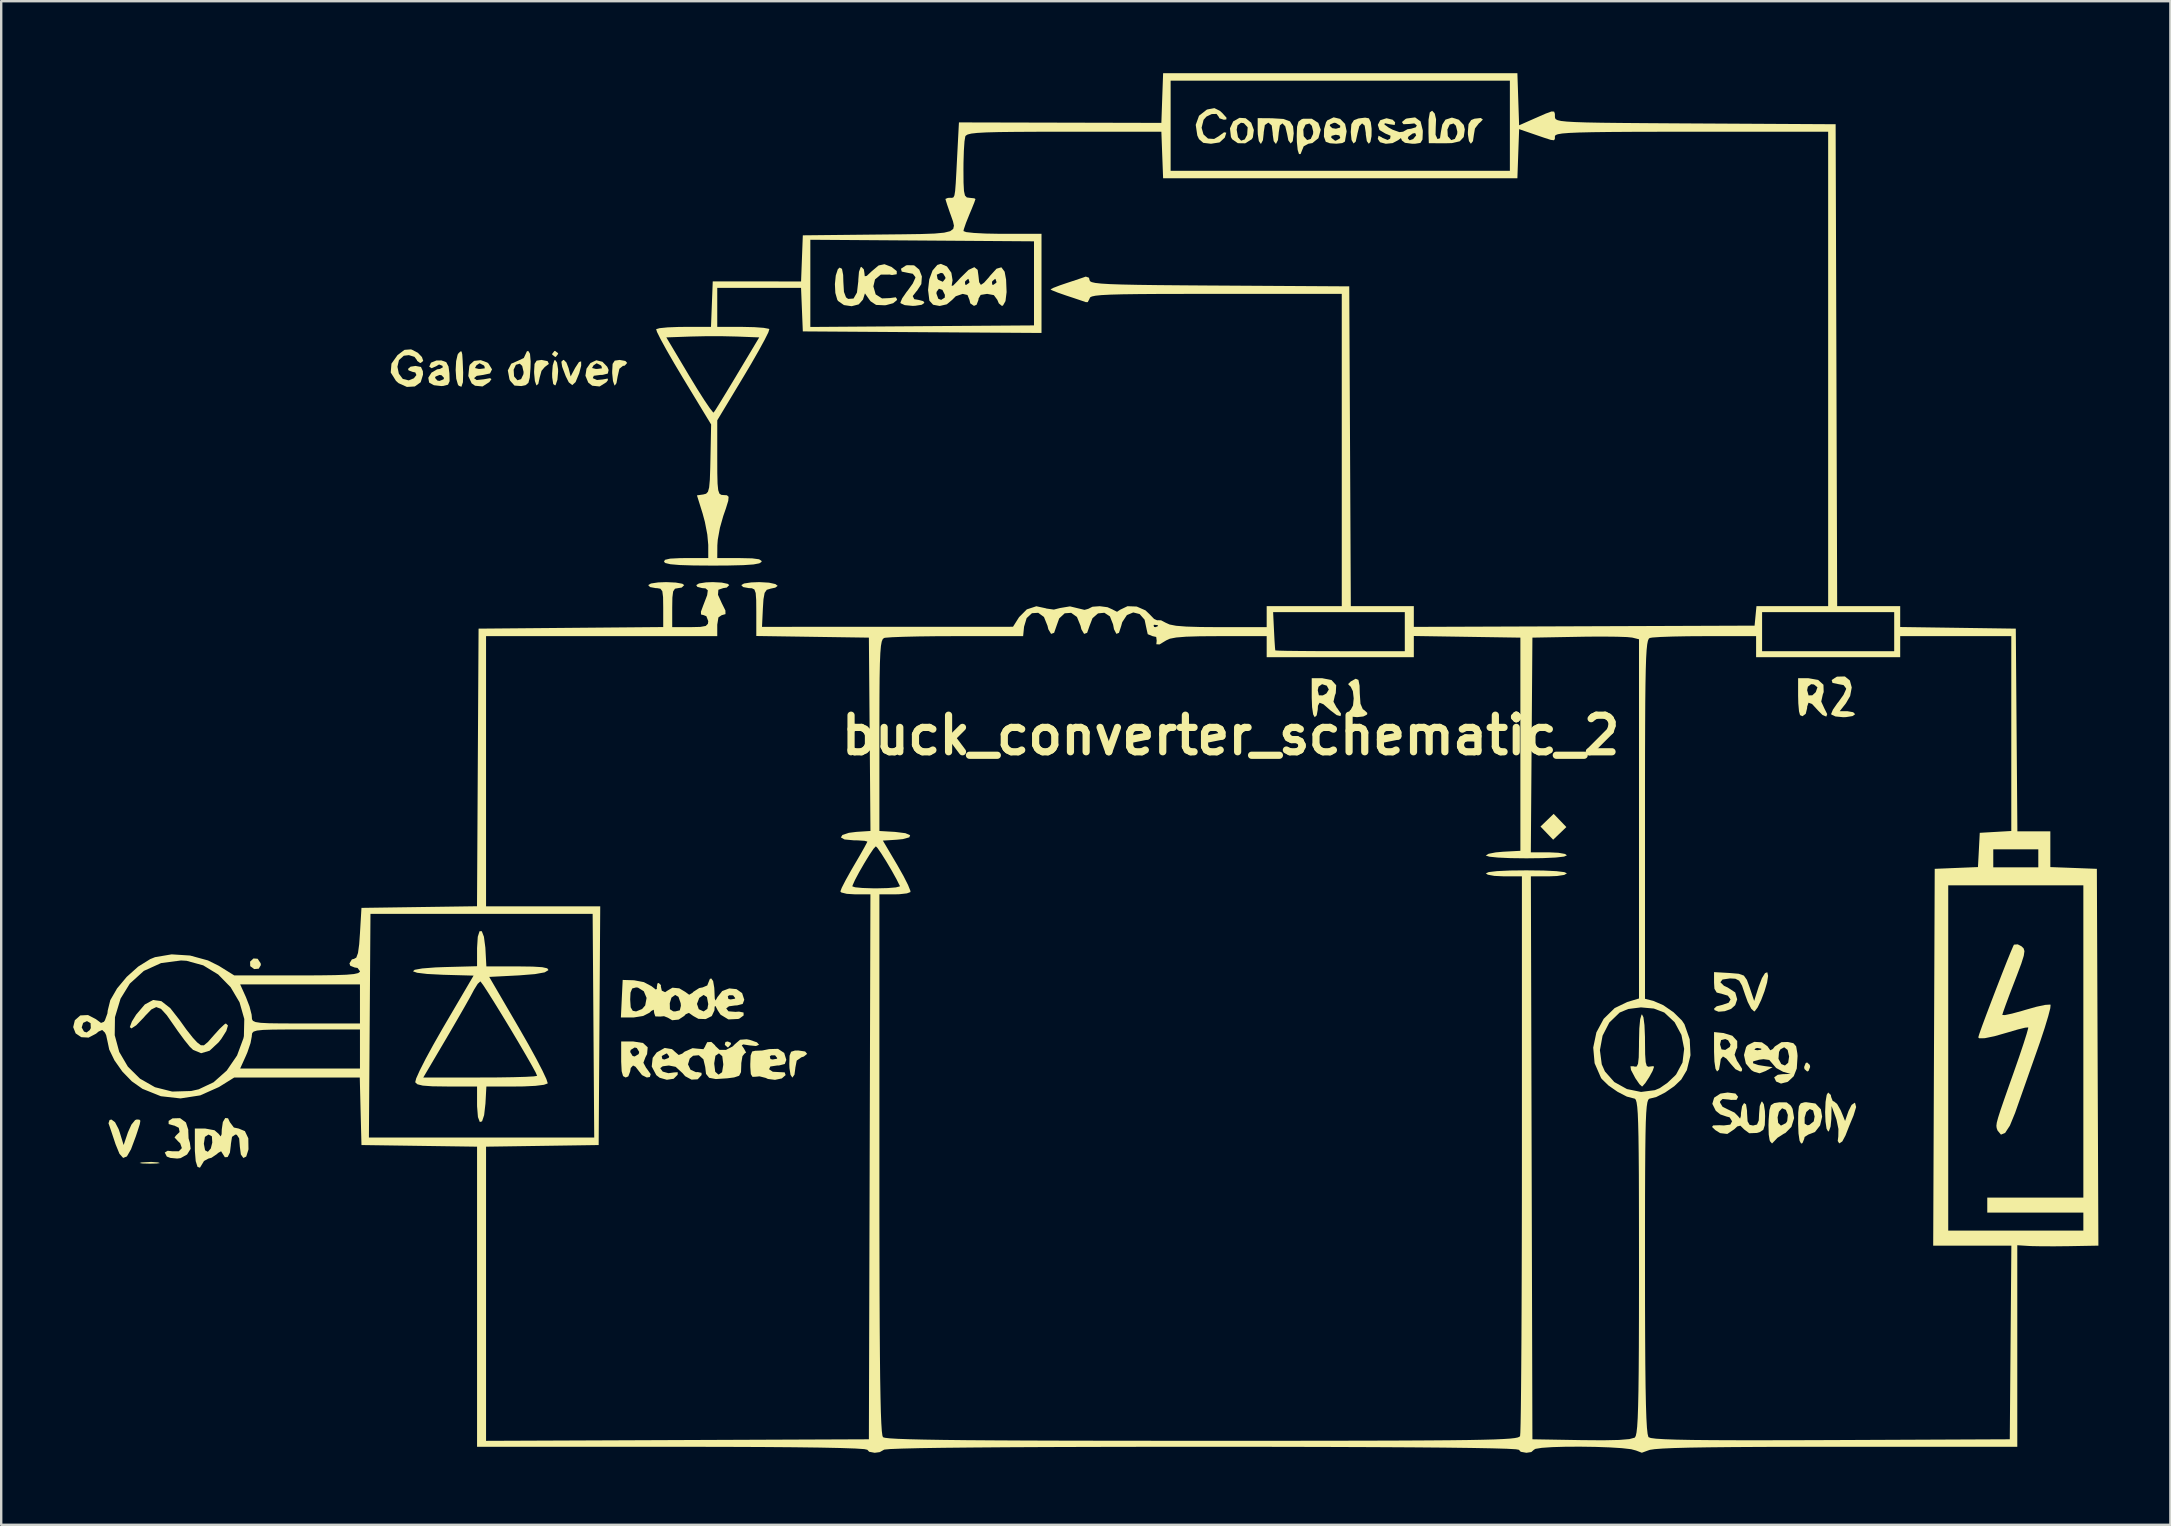
<source format=kicad_pcb>
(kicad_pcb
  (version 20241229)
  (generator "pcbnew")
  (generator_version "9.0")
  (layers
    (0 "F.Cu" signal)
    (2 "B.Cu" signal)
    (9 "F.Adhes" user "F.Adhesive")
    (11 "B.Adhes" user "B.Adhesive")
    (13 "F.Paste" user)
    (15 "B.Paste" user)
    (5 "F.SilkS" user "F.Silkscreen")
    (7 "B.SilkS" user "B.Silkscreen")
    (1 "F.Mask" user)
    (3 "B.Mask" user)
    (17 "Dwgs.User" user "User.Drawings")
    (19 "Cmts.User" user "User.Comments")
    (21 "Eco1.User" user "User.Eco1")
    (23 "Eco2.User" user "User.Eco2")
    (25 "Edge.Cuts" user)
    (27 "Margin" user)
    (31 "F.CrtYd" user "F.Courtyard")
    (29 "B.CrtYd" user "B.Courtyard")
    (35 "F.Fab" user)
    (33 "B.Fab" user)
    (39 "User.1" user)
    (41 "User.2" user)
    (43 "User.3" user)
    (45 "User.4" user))
  (footprint "buck_converter_schematic_2"
    (layer "F.Cu")
    (at 48.237 27.59)
    (property "Reference" "buck_converter_schematic_2" (at 0 0 0) (layer "F.SilkS") (effects (font (size 1.524 1.524) (thickness 0.3))))
    (attr board_only exclude_from_pos_files exclude_from_bom)
    (fp_poly (pts (xy 13.99 3.827) (xy 13.715 4.091) (xy 13.44 4.355) (xy 13.176 4.081) (xy 12.912 3.806) (xy 13.461 3.277)) (stroke (width 0) (type solid)) (fill yes) (layer "F.SilkS"))
    (fp_poly (pts (xy -44.7 17.803) (xy -44.623 17.83) (xy -44.765 17.849) (xy -45.044 17.855) (xy -45.353 17.847) (xy -45.469 17.827) (xy -45.388 17.803) (xy -44.984 17.782)) (stroke (width 0) (type solid)) (fill yes) (layer "F.SilkS"))
    (fp_poly (pts (xy -40.551 9.315) (xy -40.425 9.503) (xy -40.415 9.579) (xy -40.504 9.729) (xy -40.693 9.746) (xy -40.859 9.624) (xy -40.865 9.436) (xy -40.724 9.303)) (stroke (width 0) (type solid)) (fill yes) (layer "F.SilkS"))
    (fp_poly (pts (xy -28.031 -15.921) (xy -28.028 -15.891) (xy -28.123 -15.769) (xy -28.153 -15.766) (xy -28.274 -15.861) (xy -28.278 -15.891) (xy -28.183 -16.012) (xy -28.153 -16.016)) (stroke (width 0) (type solid)) (fill yes) (layer "F.SilkS"))
    (fp_poly (pts (xy -20.823 12.821) (xy -20.833 12.888) (xy -20.94 13.007) (xy -20.958 13.013) (xy -21.058 12.926) (xy -21.083 12.888) (xy -21.054 12.782) (xy -20.958 12.763)) (stroke (width 0) (type solid)) (fill yes) (layer "F.SilkS"))
    (fp_poly (pts (xy 24.135 13.74) (xy 24.149 13.826) (xy 24.081 13.993) (xy 24.024 14.014) (xy 23.913 13.912) (xy 23.899 13.826) (xy 23.966 13.66) (xy 24.024 13.638)) (stroke (width 0) (type solid)) (fill yes) (layer "F.SilkS"))
    (fp_poly (pts (xy -28.074 -15.53) (xy -28.03 -15.253) (xy -28.028 -15.147) (xy -28.057 -14.814) (xy -28.129 -14.601) (xy -28.153 -14.577) (xy -28.232 -14.636) (xy -28.274 -14.908) (xy -28.278 -15.07) (xy -28.253 -15.408) (xy -28.191 -15.613) (xy -28.153 -15.64)) (stroke (width 0) (type solid)) (fill yes) (layer "F.SilkS"))
    (fp_poly (pts (xy 10.51 -25.657) (xy 10.386 -25.529) (xy 10.353 -25.51) (xy 10.181 -25.286) (xy 10.135 -25.018) (xy 10.098 -24.758) (xy 10.01 -24.649) (xy 9.931 -24.76) (xy 9.887 -25.036) (xy 9.885 -25.135) (xy 9.913 -25.47) (xy 10.023 -25.637) (xy 10.161 -25.693) (xy 10.423 -25.723)) (stroke (width 0) (type solid)) (fill yes) (layer "F.SilkS"))
    (fp_poly (pts (xy -32.023 -15.876) (xy -32.005 -15.596) (xy -31.985 -15.109) (xy -31.985 -15.109) (xy -31.995 -14.708) (xy -32.058 -14.521) (xy -32.167 -14.563) (xy -32.205 -14.617) (xy -32.274 -14.86) (xy -32.298 -15.22) (xy -32.278 -15.589) (xy -32.216 -15.86) (xy -32.181 -15.916) (xy -32.101 -15.992) (xy -32.052 -15.994)) (stroke (width 0) (type solid)) (fill yes) (layer "F.SilkS"))
    (fp_poly (pts (xy -27.683 -15.534) (xy -27.592 -15.296) (xy -27.506 -14.952) (xy -27.319 -15.307) (xy -27.157 -15.555) (xy -27.068 -15.579) (xy -27.067 -15.398) (xy -27.148 -15.087) (xy -27.3 -14.717) (xy -27.439 -14.591) (xy -27.583 -14.706) (xy -27.711 -14.962) (xy -27.859 -15.354) (xy -27.893 -15.565) (xy -27.817 -15.639) (xy -27.791 -15.64)) (stroke (width 0) (type solid)) (fill yes) (layer "F.SilkS"))
    (fp_poly (pts (xy -25.227 -15.598) (xy -25.15 -15.515) (xy -25.251 -15.403) (xy -25.33 -15.39) (xy -25.474 -15.272) (xy -25.549 -14.94) (xy -25.596 -14.674) (xy -25.664 -14.576) (xy -25.682 -14.586) (xy -25.742 -14.763) (xy -25.774 -15.081) (xy -25.775 -15.161) (xy -25.757 -15.475) (xy -25.669 -15.611) (xy -25.466 -15.64) (xy -25.463 -15.64)) (stroke (width 0) (type solid)) (fill yes) (layer "F.SilkS"))
    (fp_poly (pts (xy -28.467 -15.59) (xy -28.413 -15.474) (xy -28.579 -15.349) (xy -28.582 -15.348) (xy -28.719 -15.187) (xy -28.8 -14.892) (xy -28.801 -14.885) (xy -28.853 -14.644) (xy -28.926 -14.579) (xy -28.935 -14.586) (xy -28.996 -14.763) (xy -29.027 -15.081) (xy -29.029 -15.161) (xy -29.01 -15.475) (xy -28.922 -15.611) (xy -28.719 -15.64) (xy -28.716 -15.64)) (stroke (width 0) (type solid)) (fill yes) (layer "F.SilkS"))
    (fp_poly (pts (xy -17.733 13.18) (xy -17.65 13.279) (xy -17.787 13.39) (xy -17.893 13.424) (xy -18.084 13.559) (xy -18.143 13.862) (xy -18.143 13.877) (xy -18.178 14.146) (xy -18.263 14.264) (xy -18.268 14.264) (xy -18.343 14.152) (xy -18.387 13.869) (xy -18.393 13.701) (xy -18.382 13.355) (xy -18.319 13.191) (xy -18.159 13.141) (xy -18.018 13.138)) (stroke (width 0) (type solid)) (fill yes) (layer "F.SilkS"))
    (fp_poly (pts (xy 5.761 -25.709) (xy 5.839 -25.553) (xy 5.875 -25.273) (xy 5.87 -24.965) (xy 5.824 -24.726) (xy 5.756 -24.649) (xy 5.674 -24.759) (xy 5.632 -25.031) (xy 5.631 -25.098) (xy 5.584 -25.407) (xy 5.477 -25.499) (xy 5.36 -25.38) (xy 5.28 -25.058) (xy 5.279 -25.046) (xy 5.212 -24.739) (xy 5.119 -24.661) (xy 5.038 -24.803) (xy 5.005 -25.136) (xy 5.03 -25.465) (xy 5.135 -25.63) (xy 5.323 -25.703) (xy 5.606 -25.738)) (stroke (width 0) (type solid)) (fill yes) (layer "F.SilkS"))
    (fp_poly (pts (xy 5.324 -2.306) (xy 5.372 -2.065) (xy 5.38 -1.748) (xy 5.41 -1.312) (xy 5.507 -1.086) (xy 5.567 -1.047) (xy 5.694 -0.929) (xy 5.685 -0.863) (xy 5.53 -0.782) (xy 5.272 -0.753) (xy 5.02 -0.776) (xy 4.884 -0.85) (xy 4.88 -0.868) (xy 4.971 -1.038) (xy 5.005 -1.064) (xy 5.099 -1.24) (xy 5.127 -1.535) (xy 5.093 -1.836) (xy 4.999 -2.029) (xy 4.974 -2.045) (xy 4.894 -2.131) (xy 5.005 -2.241) (xy 5.21 -2.354)) (stroke (width 0) (type solid)) (fill yes) (layer "F.SilkS"))
    (fp_poly (pts (xy -45.483 16.018) (xy -45.437 16.064) (xy -45.461 16.208) (xy -45.557 16.509) (xy -45.625 16.713) (xy -45.827 17.255) (xy -45.999 17.554) (xy -46.155 17.616) (xy -46.308 17.444) (xy -46.472 17.043) (xy -46.491 16.985) (xy -46.622 16.591) (xy -46.726 16.283) (xy -46.765 16.172) (xy -46.721 16.035) (xy -46.642 16.016) (xy -46.493 16.128) (xy -46.342 16.418) (xy -46.298 16.548) (xy -46.135 17.079) (xy -45.955 16.548) (xy -45.81 16.227) (xy -45.655 16.038) (xy -45.597 16.016)) (stroke (width 0) (type solid)) (fill yes) (layer "F.SilkS"))
    (fp_poly (pts (xy 0.626 -25.713) (xy 0.856 -25.526) (xy 0.967 -25.221) (xy 0.925 -24.914) (xy 0.875 -24.835) (xy 0.606 -24.667) (xy 0.3 -24.672) (xy 0.06 -24.839) (xy 0.011 -24.931) (xy -0.023 -25.233) (xy 0.25 -25.233) (xy 0.305 -24.92) (xy 0.435 -24.778) (xy 0.587 -24.831) (xy 0.688 -25.024) (xy 0.708 -25.335) (xy 0.551 -25.506) (xy 0.431 -25.525) (xy 0.287 -25.418) (xy 0.25 -25.233) (xy -0.023 -25.233) (xy -0.029 -25.294) (xy 0.106 -25.581) (xy 0.368 -25.73)) (stroke (width 0) (type solid)) (fill yes) (layer "F.SilkS"))
    (fp_poly (pts (xy 25.804 -2.282) (xy 25.883 -1.991) (xy 25.816 -1.634) (xy 25.641 -1.331) (xy 25.382 -1.001) (xy 25.704 -1.001) (xy 25.943 -0.959) (xy 26.026 -0.876) (xy 25.915 -0.798) (xy 25.637 -0.754) (xy 25.525 -0.751) (xy 25.205 -0.782) (xy 25.035 -0.86) (xy 25.025 -0.889) (xy 25.099 -1.067) (xy 25.284 -1.334) (xy 25.337 -1.399) (xy 25.541 -1.684) (xy 25.646 -1.916) (xy 25.65 -1.949) (xy 25.541 -2.09) (xy 25.337 -2.127) (xy 25.081 -2.18) (xy 25.047 -2.3) (xy 25.245 -2.43) (xy 25.281 -2.442) (xy 25.597 -2.45)) (stroke (width 0) (type solid)) (fill yes) (layer "F.SilkS"))
    (fp_poly (pts (xy -43.538 16.138) (xy -43.439 16.448) (xy -43.441 16.494) (xy -43.428 16.803) (xy -43.374 16.986) (xy -43.342 17.236) (xy -43.491 17.474) (xy -43.76 17.624) (xy -43.902 17.642) (xy -44.187 17.615) (xy -44.335 17.559) (xy -44.421 17.391) (xy -44.299 17.317) (xy -44.12 17.337) (xy -43.835 17.338) (xy -43.708 17.207) (xy -43.778 17.005) (xy -43.868 16.921) (xy -44.014 16.762) (xy -43.95 16.679) (xy -43.802 16.535) (xy -43.836 16.36) (xy -44.024 16.267) (xy -44.043 16.266) (xy -44.259 16.205) (xy -44.26 16.073) (xy -44.097 15.967) (xy -43.783 15.958)) (stroke (width 0) (type solid)) (fill yes) (layer "F.SilkS"))
    (fp_poly (pts (xy -13.193 -19.583) (xy -12.977 -19.403) (xy -12.868 -19.119) (xy -12.891 -18.801) (xy -13.073 -18.52) (xy -13.089 -18.507) (xy -13.25 -18.303) (xy -13.186 -18.172) (xy -13.013 -18.143) (xy -12.809 -18.09) (xy -12.763 -18.018) (xy -12.874 -17.939) (xy -13.151 -17.896) (xy -13.263 -17.893) (xy -13.583 -17.924) (xy -13.753 -18.002) (xy -13.764 -18.031) (xy -13.689 -18.209) (xy -13.504 -18.476) (xy -13.451 -18.541) (xy -13.247 -18.826) (xy -13.142 -19.058) (xy -13.138 -19.091) (xy -13.247 -19.231) (xy -13.451 -19.269) (xy -13.708 -19.321) (xy -13.74 -19.44) (xy -13.54 -19.572) (xy -13.49 -19.589)) (stroke (width 0) (type solid)) (fill yes) (layer "F.SilkS"))
    (fp_poly (pts (xy -29.2 -15.899) (xy -29.172 -15.574) (xy -29.179 -15.306) (xy -29.209 -14.903) (xy -29.266 -14.685) (xy -29.384 -14.588) (xy -29.561 -14.551) (xy -29.846 -14.571) (xy -30.023 -14.768) (xy -30.055 -14.832) (xy -30.124 -15.204) (xy -30.108 -15.235) (xy -29.881 -15.235) (xy -29.865 -14.97) (xy -29.855 -14.942) (xy -29.722 -14.793) (xy -29.571 -14.84) (xy -29.474 -15.046) (xy -29.467 -15.14) (xy -29.525 -15.388) (xy -29.623 -15.484) (xy -29.786 -15.437) (xy -29.881 -15.235) (xy -30.108 -15.235) (xy -29.981 -15.483) (xy -29.673 -15.618) (xy -29.459 -15.72) (xy -29.404 -15.837) (xy -29.33 -15.998) (xy -29.273 -16.016)) (stroke (width 0) (type solid)) (fill yes) (layer "F.SilkS"))
    (fp_poly (pts (xy -0.447 -26.02) (xy -0.345 -25.926) (xy -0.174 -25.736) (xy -0.18 -25.661) (xy -0.285 -25.65) (xy -0.469 -25.71) (xy -0.5 -25.775) (xy -0.588 -25.892) (xy -0.789 -25.887) (xy -1.008 -25.782) (xy -1.129 -25.646) (xy -1.211 -25.317) (xy -1.133 -25.039) (xy -0.943 -24.865) (xy -0.69 -24.849) (xy -0.504 -24.959) (xy -0.275 -25.127) (xy -0.181 -25.11) (xy -0.243 -24.913) (xy -0.25 -24.9) (xy -0.462 -24.705) (xy -0.821 -24.649) (xy -1.142 -24.687) (xy -1.32 -24.842) (xy -1.39 -24.993) (xy -1.456 -25.437) (xy -1.319 -25.816) (xy -1.003 -26.065) (xy -0.965 -26.08) (xy -0.678 -26.134)) (stroke (width 0) (type solid)) (fill yes) (layer "F.SilkS"))
    (fp_poly (pts (xy 3.383 -25.691) (xy 3.651 -25.52) (xy 3.754 -25.233) (xy 3.657 -24.881) (xy 3.403 -24.677) (xy 3.237 -24.649) (xy 3.043 -24.542) (xy 2.98 -24.387) (xy 2.914 -24.219) (xy 2.847 -24.22) (xy 2.793 -24.391) (xy 2.759 -24.723) (xy 2.753 -24.968) (xy 2.763 -25.245) (xy 3.027 -25.245) (xy 3.042 -24.98) (xy 3.052 -24.952) (xy 3.185 -24.803) (xy 3.337 -24.85) (xy 3.433 -25.055) (xy 3.441 -25.15) (xy 3.382 -25.397) (xy 3.285 -25.494) (xy 3.121 -25.447) (xy 3.027 -25.245) (xy 2.763 -25.245) (xy 2.767 -25.361) (xy 2.826 -25.572) (xy 2.957 -25.671) (xy 3.023 -25.692)) (stroke (width 0) (type solid)) (fill yes) (layer "F.SilkS"))
    (fp_poly (pts (xy 24.371 15.348) (xy 24.596 15.589) (xy 24.649 15.897) (xy 24.564 16.262) (xy 24.349 16.537) (xy 24.077 16.641) (xy 23.919 16.742) (xy 23.899 16.829) (xy 23.831 16.996) (xy 23.773 17.017) (xy 23.709 16.901) (xy 23.664 16.594) (xy 23.648 16.168) (xy 23.651 15.933) (xy 23.92 15.933) (xy 23.921 16.184) (xy 24.03 16.253) (xy 24.108 16.244) (xy 24.298 16.095) (xy 24.336 15.889) (xy 24.273 15.637) (xy 24.133 15.577) (xy 23.989 15.702) (xy 23.92 15.933) (xy 23.651 15.933) (xy 23.653 15.719) (xy 23.682 15.463) (xy 23.757 15.342) (xy 23.9 15.3) (xy 23.979 15.292)) (stroke (width 0) (type solid)) (fill yes) (layer "F.SilkS"))
    (fp_poly (pts (xy -30.978 -15.531) (xy -30.93 -15.49) (xy -30.782 -15.247) (xy -30.866 -15.077) (xy -31.156 -15.015) (xy -31.419 -14.976) (xy -31.531 -14.881) (xy -31.531 -14.88) (xy -31.422 -14.802) (xy -31.127 -14.833) (xy -30.866 -14.88) (xy -30.806 -14.842) (xy -30.892 -14.718) (xy -31.176 -14.535) (xy -31.49 -14.565) (xy -31.631 -14.664) (xy -31.771 -14.969) (xy -31.737 -15.303) (xy -31.493 -15.303) (xy -31.341 -15.266) (xy -31.281 -15.265) (xy -31.082 -15.29) (xy -31.102 -15.385) (xy -31.131 -15.415) (xy -31.301 -15.501) (xy -31.431 -15.415) (xy -31.493 -15.303) (xy -31.737 -15.303) (xy -31.729 -15.373) (xy -31.705 -15.442) (xy -31.531 -15.6) (xy -31.25 -15.631)) (stroke (width 0) (type solid)) (fill yes) (layer "F.SilkS"))
    (fp_poly (pts (xy -26.182 -15.564) (xy -25.98 -15.355) (xy -25.923 -15.22) (xy -25.957 -15.072) (xy -26.174 -15.017) (xy -26.274 -15.015) (xy -26.54 -14.98) (xy -26.584 -14.882) (xy -26.582 -14.88) (xy -26.408 -14.804) (xy -26.178 -14.825) (xy -25.963 -14.864) (xy -25.95 -14.801) (xy -26.019 -14.71) (xy -26.298 -14.534) (xy -26.606 -14.566) (xy -26.771 -14.695) (xy -26.89 -14.982) (xy -26.844 -15.277) (xy -26.826 -15.303) (xy -26.613 -15.303) (xy -26.461 -15.266) (xy -26.401 -15.265) (xy -26.202 -15.29) (xy -26.222 -15.385) (xy -26.251 -15.415) (xy -26.421 -15.501) (xy -26.551 -15.415) (xy -26.613 -15.303) (xy -26.826 -15.303) (xy -26.678 -15.513) (xy -26.435 -15.626)) (stroke (width 0) (type solid)) (fill yes) (layer "F.SilkS"))
    (fp_poly (pts (xy 17.202 11.755) (xy 17.245 12.081) (xy 17.266 12.575) (xy 17.267 12.759) (xy 17.273 13.296) (xy 17.296 13.624) (xy 17.342 13.785) (xy 17.421 13.818) (xy 17.455 13.809) (xy 17.617 13.79) (xy 17.642 13.825) (xy 17.583 13.992) (xy 17.444 14.246) (xy 17.284 14.491) (xy 17.161 14.631) (xy 17.142 14.639) (xy 17.037 14.543) (xy 16.875 14.308) (xy 16.856 14.276) (xy 16.683 13.949) (xy 16.662 13.797) (xy 16.791 13.795) (xy 16.829 13.809) (xy 16.919 13.808) (xy 16.976 13.694) (xy 17.006 13.425) (xy 17.016 12.961) (xy 17.017 12.759) (xy 17.03 12.22) (xy 17.066 11.837) (xy 17.121 11.649) (xy 17.142 11.636)) (stroke (width 0) (type solid)) (fill yes) (layer "F.SilkS"))
    (fp_poly (pts (xy 1.72 -25.712) (xy 2.196 -25.683) (xy 2.472 -25.582) (xy 2.6 -25.376) (xy 2.628 -25.08) (xy 2.588 -24.757) (xy 2.498 -24.66) (xy 2.403 -24.793) (xy 2.354 -25.046) (xy 2.276 -25.374) (xy 2.158 -25.499) (xy 2.051 -25.413) (xy 2.002 -25.109) (xy 2.002 -25.098) (xy 1.971 -24.804) (xy 1.895 -24.654) (xy 1.877 -24.649) (xy 1.794 -24.759) (xy 1.753 -25.03) (xy 1.752 -25.087) (xy 1.711 -25.411) (xy 1.581 -25.524) (xy 1.564 -25.525) (xy 1.425 -25.43) (xy 1.377 -25.127) (xy 1.376 -25.087) (xy 1.345 -24.798) (xy 1.268 -24.653) (xy 1.251 -24.649) (xy 1.175 -24.761) (xy 1.131 -25.041) (xy 1.126 -25.183) (xy 1.126 -25.717)) (stroke (width 0) (type solid)) (fill yes) (layer "F.SilkS"))
    (fp_poly (pts (xy 23.172 15.301) (xy 23.348 15.44) (xy 23.418 15.571) (xy 23.481 15.953) (xy 23.37 16.321) (xy 23.118 16.577) (xy 23.055 16.606) (xy 22.788 16.777) (xy 22.688 16.884) (xy 22.561 17.014) (xy 22.483 16.929) (xy 22.461 16.877) (xy 22.423 16.641) (xy 22.413 16.26) (xy 22.421 16.009) (xy 22.428 15.927) (xy 22.793 15.927) (xy 22.818 16.155) (xy 22.928 16.265) (xy 22.938 16.266) (xy 23.139 16.165) (xy 23.193 16.078) (xy 23.22 15.823) (xy 23.138 15.613) (xy 22.988 15.548) (xy 22.976 15.551) (xy 22.848 15.69) (xy 22.793 15.927) (xy 22.428 15.927) (xy 22.452 15.622) (xy 22.514 15.419) (xy 22.65 15.331) (xy 22.866 15.297)) (stroke (width 0) (type solid)) (fill yes) (layer "F.SilkS"))
    (fp_poly (pts (xy 24.482 -2.305) (xy 24.704 -2.104) (xy 24.714 -1.799) (xy 24.677 -1.7) (xy 24.612 -1.403) (xy 24.734 -1.133) (xy 24.861 -0.88) (xy 24.822 -0.777) (xy 24.663 -0.844) (xy 24.477 -1.032) (xy 24.228 -1.303) (xy 24.081 -1.355) (xy 24.025 -1.189) (xy 24.024 -1.133) (xy 23.965 -0.891) (xy 23.83 -0.792) (xy 23.728 -0.838) (xy 23.685 -0.997) (xy 23.656 -1.327) (xy 23.648 -1.647) (xy 23.648 -1.877) (xy 24.024 -1.877) (xy 24.084 -1.66) (xy 24.241 -1.664) (xy 24.383 -1.795) (xy 24.454 -1.998) (xy 24.307 -2.115) (xy 24.19 -2.127) (xy 24.055 -2.023) (xy 24.024 -1.877) (xy 23.648 -1.877) (xy 23.648 -2.377) (xy 24.071 -2.377)) (stroke (width 0) (type solid)) (fill yes) (layer "F.SilkS"))
    (fp_poly (pts (xy -32.692 -15.549) (xy -32.595 -15.364) (xy -32.558 -15.077) (xy -32.549 -14.756) (xy -32.616 -14.608) (xy -32.807 -14.558) (xy -32.892 -14.551) (xy -33.204 -14.586) (xy -33.402 -14.695) (xy -33.437 -14.89) (xy -33.158 -14.89) (xy -33.056 -14.779) (xy -32.97 -14.765) (xy -32.803 -14.832) (xy -32.782 -14.89) (xy -32.884 -15.001) (xy -32.97 -15.015) (xy -33.136 -14.947) (xy -33.158 -14.89) (xy -33.437 -14.89) (xy -33.438 -14.897) (xy -33.306 -15.11) (xy -33.071 -15.248) (xy -32.954 -15.265) (xy -32.833 -15.331) (xy -32.849 -15.396) (xy -32.99 -15.451) (xy -33.109 -15.378) (xy -33.299 -15.295) (xy -33.398 -15.361) (xy -33.328 -15.52) (xy -33.32 -15.528) (xy -33.101 -15.617) (xy -32.891 -15.62)) (stroke (width 0) (type solid)) (fill yes) (layer "F.SilkS"))
    (fp_poly (pts (xy 4.202 -2.3) (xy 4.398 -2.084) (xy 4.381 -1.754) (xy 4.346 -1.666) (xy 4.285 -1.397) (xy 4.415 -1.156) (xy 4.442 -1.126) (xy 4.6 -0.897) (xy 4.579 -0.797) (xy 4.419 -0.838) (xy 4.163 -1.032) (xy 4.152 -1.041) (xy 3.864 -1.293) (xy 3.703 -1.354) (xy 3.637 -1.226) (xy 3.629 -1.064) (xy 3.586 -0.828) (xy 3.503 -0.751) (xy 3.438 -0.866) (xy 3.393 -1.17) (xy 3.378 -1.564) (xy 3.378 -1.877) (xy 3.629 -1.877) (xy 3.676 -1.664) (xy 3.84 -1.659) (xy 3.989 -1.74) (xy 4.09 -1.904) (xy 4.005 -2.065) (xy 3.809 -2.127) (xy 3.663 -2.023) (xy 3.629 -1.877) (xy 3.378 -1.877) (xy 3.378 -2.377) (xy 3.81 -2.377)) (stroke (width 0) (type solid)) (fill yes) (layer "F.SilkS"))
    (fp_poly (pts (xy 20.539 12.411) (xy 20.907 12.524) (xy 21.11 12.743) (xy 21.111 13.02) (xy 21.067 13.107) (xy 21.001 13.316) (xy 21.1 13.565) (xy 21.17 13.67) (xy 21.315 13.906) (xy 21.302 14.003) (xy 21.231 14.014) (xy 21.038 13.918) (xy 20.845 13.701) (xy 20.661 13.478) (xy 20.517 13.388) (xy 20.425 13.495) (xy 20.395 13.701) (xy 20.352 13.936) (xy 20.27 14.014) (xy 20.205 13.899) (xy 20.16 13.594) (xy 20.145 13.193) (xy 20.145 12.888) (xy 20.395 12.888) (xy 20.458 13.093) (xy 20.614 13.114) (xy 20.8 12.991) (xy 20.833 12.888) (xy 20.729 12.711) (xy 20.614 12.661) (xy 20.437 12.705) (xy 20.395 12.888) (xy 20.145 12.888) (xy 20.145 12.371)) (stroke (width 0) (type solid)) (fill yes) (layer "F.SilkS"))
    (fp_poly (pts (xy -24.49 12.826) (xy -24.295 13.006) (xy -24.32 13.289) (xy -24.388 13.417) (xy -24.474 13.65) (xy -24.36 13.863) (xy -24.345 13.879) (xy -24.17 14.123) (xy -24.204 14.244) (xy -24.332 14.264) (xy -24.531 14.165) (xy -24.649 14.014) (xy -24.802 13.816) (xy -24.904 13.764) (xy -25.002 13.868) (xy -25.025 14.014) (xy -25.103 14.218) (xy -25.212 14.264) (xy -25.321 14.206) (xy -25.38 14.002) (xy -25.4 13.604) (xy -25.4 13.513) (xy -25.4 13.2) (xy -25.025 13.2) (xy -24.924 13.366) (xy -24.837 13.388) (xy -24.671 13.288) (xy -24.649 13.2) (xy -24.749 13.035) (xy -24.837 13.013) (xy -25.003 13.113) (xy -25.025 13.2) (xy -25.4 13.2) (xy -25.4 12.763) (xy -24.896 12.763)) (stroke (width 0) (type solid)) (fill yes) (layer "F.SilkS"))
    (fp_poly (pts (xy 25.011 14.991) (xy 25.025 15.077) (xy 25.092 15.244) (xy 25.149 15.265) (xy 25.275 15.369) (xy 25.42 15.625) (xy 25.44 15.67) (xy 25.605 16.076) (xy 25.749 15.661) (xy 25.876 15.408) (xy 26.001 15.318) (xy 26.021 15.325) (xy 26.066 15.495) (xy 25.96 15.841) (xy 25.95 15.866) (xy 25.784 16.266) (xy 25.64 16.635) (xy 25.626 16.673) (xy 25.489 16.929) (xy 25.362 17.01) (xy 25.299 16.909) (xy 25.323 16.719) (xy 25.328 16.41) (xy 25.248 16.022) (xy 25.22 15.937) (xy 25.042 15.453) (xy 25.033 15.984) (xy 25.002 16.309) (xy 24.933 16.497) (xy 24.9 16.516) (xy 24.834 16.401) (xy 24.789 16.097) (xy 24.774 15.703) (xy 24.792 15.278) (xy 24.839 14.987) (xy 24.9 14.89)) (stroke (width 0) (type solid)) (fill yes) (layer "F.SilkS"))
    (fp_poly (pts (xy -44.562 11.083) (xy -44.193 11.371) (xy -43.807 11.864) (xy -43.521 12.264) (xy -43.251 12.606) (xy -43.072 12.8) (xy -42.918 12.919) (xy -42.79 12.923) (xy -42.623 12.785) (xy -42.388 12.518) (xy -42.132 12.235) (xy -41.938 12.051) (xy -41.873 12.012) (xy -41.787 12.097) (xy -41.855 12.324) (xy -42.062 12.652) (xy -42.176 12.797) (xy -42.553 13.148) (xy -42.905 13.252) (xy -43.242 13.111) (xy -43.377 12.982) (xy -43.595 12.712) (xy -43.869 12.34) (xy -44.014 12.13) (xy -44.338 11.666) (xy -44.577 11.404) (xy -44.776 11.329) (xy -44.979 11.428) (xy -45.233 11.69) (xy -45.298 11.766) (xy -45.61 12.089) (xy -45.81 12.219) (xy -45.877 12.164) (xy -45.791 11.931) (xy -45.612 11.643) (xy -45.253 11.221) (xy -44.909 11.034)) (stroke (width 0) (type solid)) (fill yes) (layer "F.SilkS"))
    (fp_poly (pts (xy -34.125 -16.069) (xy -33.875 -15.939) (xy -33.704 -15.762) (xy -33.649 -15.601) (xy -33.749 -15.517) (xy -33.783 -15.515) (xy -33.905 -15.601) (xy -33.908 -15.627) (xy -34.013 -15.768) (xy -34.246 -15.84) (xy -34.459 -15.815) (xy -34.661 -15.633) (xy -34.724 -15.355) (xy -34.665 -15.066) (xy -34.501 -14.849) (xy -34.254 -14.788) (xy -34.038 -14.876) (xy -33.934 -15.011) (xy -33.98 -15.119) (xy -34.086 -15.14) (xy -34.259 -15.204) (xy -34.284 -15.265) (xy -34.177 -15.359) (xy -33.971 -15.39) (xy -33.744 -15.348) (xy -33.664 -15.17) (xy -33.658 -15.028) (xy -33.755 -14.71) (xy -34.001 -14.534) (xy -34.33 -14.515) (xy -34.676 -14.671) (xy -34.784 -14.765) (xy -35.004 -15.117) (xy -34.973 -15.485) (xy -34.72 -15.842) (xy -34.43 -16.06) (xy -34.164 -16.08)) (stroke (width 0) (type solid)) (fill yes) (layer "F.SilkS"))
    (fp_poly (pts (xy 8.504 -25.908) (xy 8.56 -25.669) (xy 8.546 -25.335) (xy 8.546 -25.333) (xy 8.539 -25.022) (xy 8.619 -24.846) (xy 8.62 -24.845) (xy 8.724 -24.879) (xy 8.759 -25.127) (xy 8.781 -25.245) (xy 9.033 -25.245) (xy 9.048 -24.98) (xy 9.058 -24.952) (xy 9.191 -24.803) (xy 9.342 -24.85) (xy 9.439 -25.055) (xy 9.447 -25.15) (xy 9.388 -25.397) (xy 9.29 -25.494) (xy 9.127 -25.447) (xy 9.033 -25.245) (xy 8.781 -25.245) (xy 8.82 -25.448) (xy 8.95 -25.653) (xy 9.22 -25.74) (xy 9.506 -25.652) (xy 9.712 -25.435) (xy 9.758 -25.246) (xy 9.712 -24.93) (xy 9.548 -24.751) (xy 9.218 -24.676) (xy 8.912 -24.668) (xy 8.258 -24.673) (xy 8.243 -25.13) (xy 8.247 -25.656) (xy 8.299 -25.957) (xy 8.396 -26.025)) (stroke (width 0) (type solid)) (fill yes) (layer "F.SilkS"))
    (fp_poly (pts (xy -18.606 13.24) (xy -18.518 13.529) (xy -18.583 13.701) (xy -18.816 13.761) (xy -18.904 13.764) (xy -19.184 13.806) (xy -19.235 13.92) (xy -19.083 14.024) (xy -18.837 14.038) (xy -18.586 14.05) (xy -18.546 14.163) (xy -18.705 14.303) (xy -18.99 14.362) (xy -19.284 14.325) (xy -19.377 14.281) (xy -19.635 14.216) (xy -19.783 14.231) (xy -19.927 14.238) (xy -19.997 14.123) (xy -20.019 13.829) (xy -20.02 13.708) (xy -20.006 13.386) (xy -19.205 13.386) (xy -19.178 13.495) (xy -19.089 13.513) (xy -18.917 13.484) (xy -18.894 13.458) (xy -18.985 13.341) (xy -19.15 13.339) (xy -19.205 13.386) (xy -20.006 13.386) (xy -20.004 13.348) (xy -19.942 13.18) (xy -19.811 13.149) (xy -19.801 13.15) (xy -19.518 13.138) (xy -19.236 13.081) (xy -18.864 13.07)) (stroke (width 0) (type solid)) (fill yes) (layer "F.SilkS"))
    (fp_poly (pts (xy 4.563 -25.685) (xy 4.767 -25.476) (xy 4.833 -25.17) (xy 4.825 -25.111) (xy 4.779 -24.852) (xy 4.764 -24.743) (xy 4.651 -24.677) (xy 4.404 -24.651) (xy 4.137 -24.669) (xy 3.964 -24.731) (xy 3.962 -24.733) (xy 3.903 -24.9) (xy 4.192 -24.9) (xy 4.346 -24.779) (xy 4.379 -24.774) (xy 4.541 -24.865) (xy 4.567 -24.9) (xy 4.528 -24.997) (xy 4.379 -25.025) (xy 4.202 -24.978) (xy 4.192 -24.9) (xy 3.903 -24.9) (xy 3.886 -24.948) (xy 3.894 -25.263) (xy 3.933 -25.4) (xy 4.129 -25.4) (xy 4.234 -25.299) (xy 4.387 -25.275) (xy 4.56 -25.323) (xy 4.567 -25.4) (xy 4.386 -25.515) (xy 4.309 -25.525) (xy 4.148 -25.455) (xy 4.129 -25.4) (xy 3.933 -25.4) (xy 3.974 -25.546) (xy 4.029 -25.625) (xy 4.293 -25.751)) (stroke (width 0) (type solid)) (fill yes) (layer "F.SilkS"))
    (fp_poly (pts (xy 20.792 9.909) (xy 21.173 9.941) (xy 21.387 10.017) (xy 21.514 10.197) (xy 21.628 10.51) (xy 21.817 11.073) (xy 22.004 10.479) (xy 22.14 10.124) (xy 22.269 9.914) (xy 22.364 9.879) (xy 22.397 10.03) (xy 22.355 10.306) (xy 22.248 10.668) (xy 22.107 11.04) (xy 21.961 11.344) (xy 21.841 11.503) (xy 21.818 11.511) (xy 21.697 11.402) (xy 21.55 11.118) (xy 21.442 10.823) (xy 21.31 10.434) (xy 21.191 10.229) (xy 21.034 10.148) (xy 20.81 10.135) (xy 20.496 10.181) (xy 20.408 10.294) (xy 20.557 10.441) (xy 20.711 10.512) (xy 21.028 10.719) (xy 21.109 11.006) (xy 21.026 11.251) (xy 20.855 11.405) (xy 20.593 11.501) (xy 20.333 11.523) (xy 20.166 11.456) (xy 20.145 11.395) (xy 20.253 11.297) (xy 20.489 11.238) (xy 20.753 11.147) (xy 20.833 11.011) (xy 20.721 10.854) (xy 20.489 10.784) (xy 20.255 10.724) (xy 20.16 10.564) (xy 20.145 10.308) (xy 20.145 9.872)) (stroke (width 0) (type solid)) (fill yes) (layer "F.SilkS"))
    (fp_poly (pts (xy -41.783 15.964) (xy -41.706 16.128) (xy -41.54 16.349) (xy -41.341 16.391) (xy -41.081 16.499) (xy -40.939 16.798) (xy -40.932 17.247) (xy -40.936 17.276) (xy -41.025 17.558) (xy -41.145 17.618) (xy -41.249 17.472) (xy -41.291 17.152) (xy -41.32 16.8) (xy -41.419 16.652) (xy -41.478 16.641) (xy -41.618 16.738) (xy -41.666 17.045) (xy -41.666 17.072) (xy -41.705 17.393) (xy -41.8 17.579) (xy -41.917 17.587) (xy -41.992 17.466) (xy -42.073 17.339) (xy -42.202 17.411) (xy -42.25 17.458) (xy -42.477 17.611) (xy -42.6 17.642) (xy -42.785 17.743) (xy -42.837 17.83) (xy -42.954 18.023) (xy -43.056 17.989) (xy -43.131 17.749) (xy -43.166 17.326) (xy -43.167 17.204) (xy -43.167 17.027) (xy -42.792 17.027) (xy -42.74 17.299) (xy -42.624 17.361) (xy -42.502 17.222) (xy -42.44 16.976) (xy -42.457 16.715) (xy -42.596 16.641) (xy -42.747 16.738) (xy -42.792 17.027) (xy -43.167 17.027) (xy -43.167 16.391) (xy -42.736 16.391) (xy -42.348 16.462) (xy -42.177 16.61) (xy -42.09 16.72) (xy -42.052 16.627) (xy -42.045 16.43) (xy -42 16.119) (xy -41.9 15.952)) (stroke (width 0) (type solid)) (fill yes) (layer "F.SilkS"))
    (fp_poly (pts (xy -14.131 -19.515) (xy -14.131 -19.515) (xy -13.916 -19.342) (xy -13.916 -19.211) (xy -14.115 -19.179) (xy -14.213 -19.198) (xy -14.581 -19.195) (xy -14.821 -18.996) (xy -14.89 -18.706) (xy -14.793 -18.37) (xy -14.529 -18.204) (xy -14.197 -18.218) (xy -13.957 -18.251) (xy -13.903 -18.17) (xy -13.913 -18.129) (xy -14.065 -18.004) (xy -14.362 -17.923) (xy -14.418 -17.917) (xy -14.777 -17.933) (xy -15.006 -18.084) (xy -15.054 -18.147) (xy -15.241 -18.415) (xy -15.324 -18.154) (xy -15.5 -17.955) (xy -15.796 -17.879) (xy -16.116 -17.926) (xy -16.361 -18.097) (xy -16.394 -18.148) (xy -16.475 -18.433) (xy -16.493 -18.8) (xy -16.457 -19.159) (xy -16.372 -19.418) (xy -16.297 -19.489) (xy -16.198 -19.437) (xy -16.149 -19.182) (xy -16.141 -18.9) (xy -16.116 -18.476) (xy -16.03 -18.248) (xy -15.941 -18.183) (xy -15.716 -18.199) (xy -15.574 -18.447) (xy -15.518 -18.92) (xy -15.517 -18.987) (xy -15.49 -19.312) (xy -15.423 -19.5) (xy -15.39 -19.519) (xy -15.288 -19.415) (xy -15.265 -19.275) (xy -15.249 -19.128) (xy -15.165 -19.143) (xy -14.964 -19.331) (xy -14.958 -19.337) (xy -14.672 -19.577) (xy -14.428 -19.629)) (stroke (width 0) (type solid)) (fill yes) (layer "F.SilkS"))
    (fp_poly (pts (xy 21.037 14.932) (xy 21.146 15.067) (xy 21.146 15.074) (xy 21.08 15.196) (xy 20.848 15.198) (xy 20.77 15.184) (xy 20.5 15.159) (xy 20.4 15.251) (xy 20.395 15.31) (xy 20.502 15.487) (xy 20.709 15.589) (xy 20.997 15.726) (xy 21.144 15.873) (xy 21.229 15.978) (xy 21.263 15.868) (xy 21.267 15.742) (xy 21.312 15.464) (xy 21.396 15.328) (xy 21.478 15.384) (xy 21.519 15.648) (xy 21.521 15.758) (xy 21.542 16.089) (xy 21.624 16.236) (xy 21.771 16.266) (xy 21.935 16.224) (xy 22.008 16.054) (xy 22.022 15.766) (xy 22.049 15.452) (xy 22.119 15.278) (xy 22.147 15.265) (xy 22.219 15.377) (xy 22.264 15.664) (xy 22.272 15.877) (xy 22.259 16.249) (xy 22.196 16.445) (xy 22.045 16.542) (xy 21.93 16.575) (xy 21.612 16.587) (xy 21.399 16.429) (xy 21.242 16.272) (xy 21.111 16.304) (xy 20.989 16.42) (xy 20.697 16.617) (xy 20.399 16.582) (xy 20.2 16.458) (xy 20.06 16.325) (xy 20.109 16.261) (xy 20.371 16.252) (xy 20.551 16.262) (xy 20.822 16.228) (xy 20.896 16.088) (xy 20.793 15.924) (xy 20.665 15.891) (xy 20.407 15.803) (xy 20.217 15.651) (xy 20.073 15.361) (xy 20.148 15.106) (xy 20.409 14.935) (xy 20.712 14.89)) (stroke (width 0) (type solid)) (fill yes) (layer "F.SilkS"))
    (fp_poly (pts (xy 7.915 -25.58) (xy 8.006 -25.207) (xy 8.008 -25.141) (xy 7.994 -24.824) (xy 7.909 -24.685) (xy 7.688 -24.65) (xy 7.57 -24.649) (xy 7.265 -24.688) (xy 7.133 -24.788) (xy 7.132 -24.799) (xy 7.1 -24.876) (xy 7.382 -24.876) (xy 7.456 -24.794) (xy 7.605 -24.845) (xy 7.725 -24.99) (xy 7.729 -25.001) (xy 7.69 -25.095) (xy 7.58 -25.074) (xy 7.408 -24.946) (xy 7.382 -24.876) (xy 7.1 -24.876) (xy 7.095 -24.886) (xy 6.982 -24.799) (xy 6.749 -24.676) (xy 6.465 -24.648) (xy 6.226 -24.712) (xy 6.131 -24.852) (xy 6.162 -24.985) (xy 6.295 -24.918) (xy 6.324 -24.895) (xy 6.542 -24.806) (xy 6.646 -24.864) (xy 6.663 -24.983) (xy 6.445 -25.076) (xy 6.201 -25.222) (xy 6.132 -25.436) (xy 6.233 -25.629) (xy 6.495 -25.713) (xy 6.496 -25.713) (xy 6.75 -25.651) (xy 6.855 -25.543) (xy 6.835 -25.431) (xy 6.646 -25.458) (xy 6.424 -25.505) (xy 6.407 -25.452) (xy 6.586 -25.323) (xy 6.756 -25.232) (xy 7.034 -25.133) (xy 7.196 -25.153) (xy 7.201 -25.16) (xy 7.371 -25.256) (xy 7.515 -25.275) (xy 7.714 -25.334) (xy 7.758 -25.414) (xy 7.655 -25.497) (xy 7.445 -25.474) (xy 7.2 -25.463) (xy 7.137 -25.554) (xy 7.287 -25.681) (xy 7.337 -25.702) (xy 7.687 -25.748)) (stroke (width 0) (type solid)) (fill yes) (layer "F.SilkS"))
    (fp_poly (pts (xy 22.138 12.798) (xy 22.373 12.964) (xy 22.384 12.982) (xy 22.491 13.13) (xy 22.596 13.075) (xy 22.678 12.971) (xy 22.953 12.792) (xy 23.217 12.783) (xy 23.45 12.834) (xy 23.566 12.965) (xy 23.615 13.251) (xy 23.625 13.367) (xy 23.592 13.889) (xy 23.465 14.212) (xy 23.219 14.443) (xy 22.935 14.517) (xy 22.731 14.431) (xy 22.65 14.258) (xy 22.8 14.151) (xy 22.991 14.126) (xy 23.335 14.114) (xy 23.024 14.027) (xy 22.734 13.868) (xy 22.586 13.696) (xy 22.445 13.533) (xy 22.205 13.5) (xy 22.022 13.523) (xy 21.775 13.592) (xy 21.768 13.669) (xy 21.993 13.746) (xy 22.272 13.791) (xy 22.585 13.832) (xy 22.295 13.994) (xy 22.041 14.09) (xy 21.805 14.021) (xy 21.7 13.957) (xy 21.47 13.683) (xy 21.426 13.483) (xy 22.829 13.483) (xy 22.946 13.703) (xy 23.099 13.764) (xy 23.233 13.651) (xy 23.273 13.388) (xy 23.211 13.114) (xy 23.068 13.005) (xy 22.91 13.091) (xy 22.852 13.2) (xy 22.829 13.483) (xy 21.426 13.483) (xy 21.392 13.327) (xy 21.45 13.108) (xy 21.826 13.108) (xy 21.949 13.128) (xy 22.111 13.105) (xy 22.113 13.062) (xy 21.945 13.032) (xy 21.873 13.052) (xy 21.826 13.108) (xy 21.45 13.108) (xy 21.48 12.996) (xy 21.546 12.913) (xy 21.823 12.778)) (stroke (width 0) (type solid)) (fill yes) (layer "F.SilkS"))
    (fp_poly (pts (xy 32.954 8.794) (xy 33.044 8.879) (xy 33.08 8.997) (xy 33.052 9.192) (xy 32.952 9.511) (xy 32.77 9.997) (xy 32.667 10.265) (xy 32.463 10.796) (xy 32.298 11.24) (xy 32.19 11.545) (xy 32.157 11.658) (xy 32.267 11.663) (xy 32.558 11.602) (xy 32.976 11.489) (xy 33.125 11.444) (xy 33.583 11.315) (xy 33.945 11.238) (xy 34.149 11.225) (xy 34.17 11.234) (xy 34.157 11.378) (xy 34.071 11.712) (xy 33.925 12.195) (xy 33.731 12.782) (xy 33.629 13.075) (xy 33.377 13.789) (xy 33.125 14.506) (xy 32.897 15.153) (xy 32.721 15.654) (xy 32.693 15.734) (xy 32.474 16.268) (xy 32.275 16.574) (xy 32.101 16.645) (xy 31.961 16.476) (xy 31.951 16.452) (xy 31.922 16.369) (xy 31.911 16.279) (xy 31.927 16.147) (xy 31.982 15.939) (xy 32.084 15.619) (xy 32.244 15.154) (xy 32.471 14.508) (xy 32.643 14.024) (xy 32.861 13.398) (xy 33.041 12.86) (xy 33.17 12.453) (xy 33.235 12.217) (xy 33.238 12.176) (xy 33.106 12.188) (xy 32.803 12.263) (xy 32.394 12.383) (xy 31.834 12.543) (xy 31.423 12.627) (xy 31.193 12.63) (xy 31.156 12.593) (xy 31.199 12.448) (xy 31.315 12.12) (xy 31.487 11.657) (xy 31.695 11.108) (xy 31.92 10.521) (xy 32.143 9.947) (xy 32.346 9.432) (xy 32.511 9.027) (xy 32.617 8.779) (xy 32.645 8.727) (xy 32.801 8.715)) (stroke (width 0) (type solid)) (fill yes) (layer "F.SilkS"))
    (fp_poly (pts (xy -31.209 8.167) (xy -31.12 8.397) (xy -31.06 8.852) (xy -31.056 8.925) (xy -31.018 9.634) (xy -29.7 9.634) (xy -29.085 9.642) (xy -28.689 9.667) (xy -28.481 9.713) (xy -28.432 9.784) (xy -28.434 9.791) (xy -28.59 9.883) (xy -28.992 9.955) (xy -29.641 10.007) (xy -29.692 10.01) (xy -30.899 10.072) (xy -29.642 12.228) (xy -29.262 12.892) (xy -28.936 13.486) (xy -28.682 13.976) (xy -28.518 14.326) (xy -28.461 14.501) (xy -28.464 14.512) (xy -28.619 14.568) (xy -28.972 14.612) (xy -29.473 14.636) (xy -29.78 14.639) (xy -31.018 14.639) (xy -31.056 15.349) (xy -31.111 15.833) (xy -31.197 16.091) (xy -31.291 16.12) (xy -31.369 15.914) (xy -31.405 15.472) (xy -31.406 15.401) (xy -31.406 14.639) (xy -32.661 14.639) (xy -33.269 14.631) (xy -33.667 14.602) (xy -33.892 14.547) (xy -33.984 14.462) (xy -33.944 14.304) (xy -33.926 14.264) (xy -33.647 14.264) (xy -31.275 14.264) (xy -30.536 14.261) (xy -29.891 14.251) (xy -29.378 14.236) (xy -29.036 14.217) (xy -28.904 14.195) (xy -28.903 14.194) (xy -28.964 14.054) (xy -29.131 13.748) (xy -29.378 13.317) (xy -29.68 12.801) (xy -30.012 12.243) (xy -30.351 11.684) (xy -30.67 11.165) (xy -30.944 10.729) (xy -31.149 10.415) (xy -31.26 10.267) (xy -31.27 10.26) (xy -31.379 10.361) (xy -31.533 10.608) (xy -31.564 10.667) (xy -31.7 10.92) (xy -31.935 11.337) (xy -32.24 11.867) (xy -32.584 12.459) (xy -32.707 12.669) (xy -33.647 14.264) (xy -33.926 14.264) (xy -33.793 13.968) (xy -33.55 13.489) (xy -33.231 12.903) (xy -32.857 12.246) (xy -32.802 12.152) (xy -31.551 10.018) (xy -32.824 9.983) (xy -33.488 9.949) (xy -33.905 9.899) (xy -34.077 9.838) (xy -34.005 9.775) (xy -33.691 9.719) (xy -33.137 9.676) (xy -32.751 9.662) (xy -31.406 9.626) (xy -31.406 8.869) (xy -31.376 8.399) (xy -31.302 8.166)) (stroke (width 0) (type solid)) (fill yes) (layer "F.SilkS"))
    (fp_poly (pts (xy -11.824 -19.536) (xy -11.64 -19.274) (xy -11.589 -18.957) (xy -11.601 -18.89) (xy -11.628 -18.733) (xy -11.57 -18.735) (xy -11.413 -18.894) (xy -11.073 -18.894) (xy -11.063 -18.778) (xy -11.018 -18.768) (xy -10.891 -18.859) (xy -10.886 -18.894) (xy -10.928 -19.015) (xy -10.941 -19.019) (xy -11.048 -18.931) (xy -11.073 -18.894) (xy -11.413 -18.894) (xy -11.396 -18.911) (xy -11.271 -19.051) (xy -10.924 -19.392) (xy -10.682 -19.506) (xy -10.544 -19.395) (xy -10.51 -19.144) (xy -10.481 -18.88) (xy -10.41 -18.768) (xy -10.409 -18.768) (xy -10.275 -18.86) (xy -10.245 -18.894) (xy -9.947 -18.894) (xy -9.937 -18.778) (xy -9.892 -18.768) (xy -9.765 -18.859) (xy -9.76 -18.894) (xy -9.802 -19.015) (xy -9.815 -19.019) (xy -9.922 -18.931) (xy -9.947 -18.894) (xy -10.245 -18.894) (xy -10.074 -19.085) (xy -10.03 -19.144) (xy -9.757 -19.442) (xy -9.555 -19.5) (xy -9.42 -19.318) (xy -9.359 -18.987) (xy -9.338 -18.467) (xy -9.384 -18.092) (xy -9.489 -17.906) (xy -9.536 -17.893) (xy -9.662 -17.997) (xy -9.723 -18.143) (xy -9.869 -18.341) (xy -10.15 -18.393) (xy -10.418 -18.35) (xy -10.508 -18.193) (xy -10.51 -18.143) (xy -10.589 -17.939) (xy -10.698 -17.893) (xy -10.851 -17.997) (xy -10.886 -18.143) (xy -10.967 -18.346) (xy -11.168 -18.393) (xy -11.456 -18.294) (xy -11.607 -18.143) (xy -11.829 -17.958) (xy -12.126 -17.889) (xy -12.401 -17.94) (xy -12.556 -18.112) (xy -12.592 -18.404) (xy -12.262 -18.404) (xy -12.183 -18.188) (xy -12.065 -18.143) (xy -11.915 -18.237) (xy -11.909 -18.351) (xy -12.013 -18.56) (xy -12.158 -18.607) (xy -12.255 -18.478) (xy -12.262 -18.404) (xy -12.592 -18.404) (xy -12.611 -18.554) (xy -12.561 -18.995) (xy -12.488 -19.193) (xy -12.247 -19.193) (xy -12.216 -19.02) (xy -12.179 -18.977) (xy -11.996 -18.897) (xy -11.891 -19.028) (xy -11.887 -19.081) (xy -11.987 -19.247) (xy -12.074 -19.269) (xy -12.247 -19.193) (xy -12.488 -19.193) (xy -12.425 -19.366) (xy -12.225 -19.599) (xy -12.078 -19.644)) (stroke (width 0) (type solid)) (fill yes) (layer "F.SilkS"))
    (fp_poly (pts (xy -20.044 12.695) (xy -19.741 12.799) (xy -19.654 12.9) (xy -19.782 12.952) (xy -20.051 12.926) (xy -20.314 12.885) (xy -20.375 12.925) (xy -20.286 13.054) (xy -20.193 13.224) (xy -20.255 13.263) (xy -20.346 13.375) (xy -20.393 13.659) (xy -20.395 13.747) (xy -20.406 14.041) (xy -20.484 14.192) (xy -20.693 14.261) (xy -20.981 14.298) (xy -21.455 14.329) (xy -21.733 14.277) (xy -21.864 14.114) (xy -21.897 13.827) (xy -21.927 13.701) (xy -21.521 13.701) (xy -21.48 14.025) (xy -21.351 14.138) (xy -21.333 14.139) (xy -21.195 14.044) (xy -21.146 13.741) (xy -21.146 13.701) (xy -21.187 13.377) (xy -21.316 13.264) (xy -21.333 13.263) (xy -21.472 13.358) (xy -21.521 13.661) (xy -21.521 13.701) (xy -21.927 13.701) (xy -21.974 13.505) (xy -22.164 13.336) (xy -22.402 13.357) (xy -22.542 13.474) (xy -22.615 13.717) (xy -22.51 13.939) (xy -22.284 14.042) (xy -22.211 14.037) (xy -22.051 14.069) (xy -22.049 14.162) (xy -22.212 14.34) (xy -22.469 14.353) (xy -22.734 14.21) (xy -22.841 14.084) (xy -23.131 13.819) (xy -23.412 13.764) (xy -23.67 13.797) (xy -23.773 13.875) (xy -23.669 14.018) (xy -23.429 14.085) (xy -23.193 14.052) (xy -23.043 14.044) (xy -23.047 14.15) (xy -23.214 14.317) (xy -23.497 14.359) (xy -23.795 14.275) (xy -23.936 14.166) (xy -24.127 13.806) (xy -24.087 13.444) (xy -24.045 13.388) (xy -23.711 13.388) (xy -23.682 13.495) (xy -23.593 13.513) (xy -23.422 13.448) (xy -23.398 13.388) (xy -23.488 13.267) (xy -23.516 13.263) (xy -23.685 13.354) (xy -23.711 13.388) (xy -24.045 13.388) (xy -23.92 13.22) (xy -23.586 13.032) (xy -23.283 13.082) (xy -23.145 13.204) (xy -23.003 13.326) (xy -22.852 13.268) (xy -22.76 13.189) (xy -22.427 13.042) (xy -22.214 13.063) (xy -21.972 13.084) (xy -21.897 12.965) (xy -21.897 12.953) (xy -21.815 12.792) (xy -21.642 12.781) (xy -21.488 12.922) (xy -21.476 12.95) (xy -21.304 13.111) (xy -21.033 13.114) (xy -20.752 12.968) (xy -20.658 12.872) (xy -20.445 12.691) (xy -20.17 12.671)) (stroke (width 0) (type solid)) (fill yes) (layer "F.SilkS"))
    (fp_poly (pts (xy -21.568 10.246) (xy -21.52 10.527) (xy -21.513 10.667) (xy -21.5 10.974) (xy -21.467 11.056) (xy -21.401 10.939) (xy -21.394 10.921) (xy -21.364 10.884) (xy -20.957 10.884) (xy -20.93 10.992) (xy -20.84 11.011) (xy -20.669 10.982) (xy -20.645 10.956) (xy -20.737 10.839) (xy -20.902 10.836) (xy -20.957 10.884) (xy -21.364 10.884) (xy -21.189 10.661) (xy -20.896 10.551) (xy -20.594 10.582) (xy -20.36 10.747) (xy -20.27 11.026) (xy -20.337 11.2) (xy -20.575 11.26) (xy -20.645 11.261) (xy -20.909 11.297) (xy -21.021 11.385) (xy -21.021 11.386) (xy -20.929 11.505) (xy -20.636 11.529) (xy -20.489 11.518) (xy -20.3 11.556) (xy -20.296 11.678) (xy -20.47 11.806) (xy -20.52 11.824) (xy -20.93 11.844) (xy -21.258 11.646) (xy -21.37 11.477) (xy -21.471 11.283) (xy -21.505 11.31) (xy -21.513 11.466) (xy -21.624 11.704) (xy -21.877 11.83) (xy -22.182 11.819) (xy -22.394 11.702) (xy -22.577 11.572) (xy -22.71 11.628) (xy -22.77 11.696) (xy -23.004 11.85) (xy -23.273 11.878) (xy -23.453 11.773) (xy -23.615 11.709) (xy -23.774 11.725) (xy -23.977 11.718) (xy -24.024 11.58) (xy -24.043 11.438) (xy -24.143 11.49) (xy -24.22 11.565) (xy -24.484 11.7) (xy -24.87 11.761) (xy -24.914 11.762) (xy -25.412 11.762) (xy -25.376 11.011) (xy -25.025 11.011) (xy -25.003 11.339) (xy -24.918 11.484) (xy -24.779 11.511) (xy -24.528 11.41) (xy -24.399 11.261) (xy -24.382 11.167) (xy -23.375 11.167) (xy -23.368 11.42) (xy -23.232 11.507) (xy -23.148 11.511) (xy -22.957 11.465) (xy -22.911 11.277) (xy -22.918 11.197) (xy -22.241 11.197) (xy -22.166 11.418) (xy -21.963 11.511) (xy -21.808 11.403) (xy -21.771 11.206) (xy -21.826 10.912) (xy -21.965 10.823) (xy -22.147 10.948) (xy -22.241 11.197) (xy -22.918 11.197) (xy -22.921 11.167) (xy -23.012 10.903) (xy -23.148 10.823) (xy -23.305 10.935) (xy -23.375 11.167) (xy -24.382 11.167) (xy -24.341 10.948) (xy -24.457 10.67) (xy -24.701 10.518) (xy -24.779 10.51) (xy -24.94 10.554) (xy -25.011 10.728) (xy -25.025 11.011) (xy -25.376 11.011) (xy -25.375 10.98) (xy -25.337 10.198) (xy -24.865 10.212) (xy -24.456 10.289) (xy -24.136 10.459) (xy -24.133 10.462) (xy -23.953 10.601) (xy -23.908 10.558) (xy -23.916 10.51) (xy -23.89 10.346) (xy -23.836 10.323) (xy -23.743 10.415) (xy -23.746 10.47) (xy -23.707 10.645) (xy -23.568 10.709) (xy -23.462 10.638) (xy -23.263 10.521) (xy -22.978 10.548) (xy -22.731 10.695) (xy -22.566 10.815) (xy -22.429 10.736) (xy -22.394 10.695) (xy -22.147 10.536) (xy -22.006 10.51) (xy -21.812 10.428) (xy -21.771 10.323) (xy -21.704 10.156) (xy -21.646 10.135)) (stroke (width 0) (type solid)) (fill yes) (layer "F.SilkS"))
    (fp_poly (pts (xy 11.985 -26.504) (xy 12.021 -25.418) (xy 12.708 -25.722) (xy 13.129 -25.906) (xy 13.369 -25.994) (xy 13.48 -25.989) (xy 13.512 -25.896) (xy 13.513 -25.777) (xy 13.519 -25.719) (xy 13.551 -25.67) (xy 13.629 -25.631) (xy 13.775 -25.598) (xy 14.011 -25.573) (xy 14.357 -25.553) (xy 14.834 -25.537) (xy 15.463 -25.525) (xy 16.266 -25.516) (xy 17.264 -25.508) (xy 18.477 -25.5) (xy 19.363 -25.495) (xy 25.212 -25.463) (xy 25.244 -15.421) (xy 25.276 -5.38) (xy 27.902 -5.38) (xy 27.902 -4.51) (xy 30.311 -4.476) (xy 32.72 -4.442) (xy 32.753 -0.219) (xy 32.786 4.004) (xy 34.159 4.004) (xy 34.159 5.495) (xy 35.128 5.531) (xy 36.098 5.568) (xy 36.162 21.271) (xy 34.942 21.293) (xy 34.353 21.299) (xy 33.805 21.298) (xy 33.383 21.29) (xy 33.251 21.284) (xy 32.782 21.254) (xy 32.782 29.654) (xy 25.211 29.654) (xy 23.551 29.655) (xy 22.127 29.659) (xy 20.923 29.666) (xy 19.923 29.676) (xy 19.113 29.689) (xy 18.478 29.706) (xy 18.002 29.727) (xy 17.671 29.752) (xy 17.468 29.782) (xy 17.39 29.809) (xy 17.135 29.902) (xy 16.893 29.809) (xy 16.69 29.755) (xy 16.307 29.711) (xy 15.792 29.679) (xy 15.194 29.658) (xy 14.564 29.649) (xy 13.95 29.652) (xy 13.403 29.668) (xy 12.97 29.697) (xy 12.701 29.74) (xy 12.637 29.779) (xy 12.53 29.873) (xy 12.325 29.904) (xy 12.089 29.862) (xy 12.012 29.779) (xy 11.887 29.757) (xy 11.513 29.736) (xy 10.892 29.718) (xy 10.024 29.702) (xy 8.912 29.688) (xy 7.556 29.677) (xy 5.958 29.668) (xy 4.119 29.661) (xy 2.041 29.656) (xy -0.275 29.654) (xy -1.181 29.654) (xy -3.566 29.655) (xy -5.721 29.659) (xy -7.644 29.665) (xy -9.333 29.673) (xy -10.785 29.684) (xy -11.999 29.696) (xy -12.972 29.711) (xy -13.703 29.729) (xy -14.188 29.748) (xy -14.426 29.77) (xy -14.452 29.779) (xy -14.624 29.876) (xy -14.834 29.904) (xy -15.066 29.861) (xy -15.14 29.779) (xy -15.265 29.751) (xy -15.637 29.726) (xy -16.254 29.705) (xy -17.112 29.687) (xy -18.211 29.673) (xy -19.545 29.663) (xy -21.114 29.657) (xy -22.913 29.654) (xy -23.273 29.654) (xy -31.406 29.654) (xy -31.406 17.147) (xy -33.815 17.113) (xy -36.223 17.079) (xy -36.231 16.767) (xy -35.913 16.767) (xy -26.523 16.767) (xy -26.556 12.106) (xy -26.589 7.445) (xy -35.848 7.445) (xy -35.881 12.106) (xy -35.913 16.767) (xy -36.231 16.767) (xy -36.259 15.672) (xy -36.294 14.264) (xy -41.524 14.264) (xy -42.162 14.661) (xy -42.942 15.009) (xy -43.766 15.136) (xy -44.585 15.044) (xy -45.35 14.736) (xy -45.794 14.423) (xy -46.188 14.017) (xy -46.517 13.55) (xy -46.735 13.1) (xy -46.798 12.799) (xy -46.863 12.501) (xy -46.506 12.501) (xy -46.318 13.198) (xy -45.958 13.812) (xy -45.453 14.312) (xy -44.828 14.669) (xy -44.11 14.85) (xy -43.324 14.827) (xy -43.008 14.757) (xy -42.387 14.463) (xy -41.838 13.975) (xy -41.779 13.889) (xy -41.278 13.889) (xy -36.286 13.889) (xy -36.286 12.262) (xy -38.538 12.262) (xy -39.338 12.263) (xy -39.922 12.268) (xy -40.324 12.281) (xy -40.578 12.308) (xy -40.718 12.351) (xy -40.778 12.416) (xy -40.792 12.506) (xy -40.793 12.544) (xy -40.846 12.829) (xy -40.975 13.211) (xy -41.037 13.357) (xy -41.278 13.889) (xy -41.779 13.889) (xy -41.408 13.346) (xy -41.143 12.631) (xy -41.123 12.539) (xy -41.107 11.825) (xy -41.304 11.131) (xy -41.678 10.498) (xy -41.789 10.385) (xy -41.278 10.385) (xy -41.037 10.917) (xy -40.888 11.303) (xy -40.802 11.64) (xy -40.793 11.73) (xy -40.786 11.83) (xy -40.746 11.903) (xy -40.637 11.953) (xy -40.426 11.985) (xy -40.08 12.003) (xy -39.563 12.01) (xy -38.841 12.012) (xy -38.538 12.012) (xy -36.286 12.012) (xy -36.286 10.385) (xy -41.278 10.385) (xy -41.789 10.385) (xy -42.195 9.97) (xy -42.819 9.59) (xy -43.514 9.4) (xy -43.743 9.387) (xy -44.575 9.496) (xy -45.293 9.822) (xy -45.877 10.351) (xy -46.263 10.978) (xy -46.496 11.751) (xy -46.506 12.501) (xy -46.863 12.501) (xy -46.864 12.498) (xy -46.915 12.392) (xy -47.028 12.284) (xy -47.179 12.349) (xy -47.284 12.438) (xy -47.595 12.601) (xy -47.899 12.584) (xy -48.134 12.426) (xy -48.232 12.178) (xy -47.882 12.178) (xy -47.787 12.35) (xy -47.678 12.387) (xy -47.547 12.288) (xy -47.503 12.204) (xy -47.513 11.999) (xy -47.662 11.914) (xy -47.822 11.987) (xy -47.882 12.178) (xy -48.232 12.178) (xy -48.237 12.166) (xy -48.168 11.878) (xy -47.939 11.677) (xy -47.619 11.661) (xy -47.286 11.834) (xy -47.267 11.85) (xy -47.078 11.989) (xy -46.961 11.946) (xy -46.915 11.882) (xy -46.811 11.595) (xy -46.798 11.475) (xy -46.691 11.042) (xy -46.41 10.555) (xy -46.006 10.07) (xy -45.529 9.643) (xy -45.029 9.331) (xy -44.826 9.249) (xy -44.134 9.132) (xy -43.366 9.181) (xy -42.62 9.385) (xy -42.17 9.608) (xy -41.524 10.01) (xy -38.905 10.01) (xy -38.01 10.007) (xy -37.336 9.998) (xy -36.856 9.981) (xy -36.54 9.953) (xy -36.361 9.913) (xy -36.29 9.859) (xy -36.286 9.836) (xy -36.387 9.698) (xy -36.505 9.68) (xy -36.689 9.608) (xy -36.724 9.509) (xy -36.623 9.343) (xy -36.536 9.322) (xy -36.438 9.267) (xy -36.368 9.077) (xy -36.318 8.711) (xy -36.286 8.258) (xy -36.223 7.195) (xy -31.408 7.127) (xy -31.376 1.342) (xy -31.343 -4.442) (xy -23.648 -4.508) (xy -23.648 -5.32) (xy -23.654 -5.756) (xy -23.685 -5.999) (xy -23.763 -6.105) (xy -23.911 -6.131) (xy -23.961 -6.131) (xy -24.196 -6.174) (xy -24.274 -6.256) (xy -24.16 -6.323) (xy -23.862 -6.368) (xy -23.523 -6.381) (xy -23.123 -6.362) (xy -22.852 -6.313) (xy -22.772 -6.256) (xy -22.877 -6.154) (xy -23.023 -6.131) (xy -23.158 -6.106) (xy -23.234 -5.993) (xy -23.266 -5.737) (xy -23.273 -5.318) (xy -23.273 -4.504) (xy -22.522 -4.504) (xy -22.103 -4.514) (xy -21.876 -4.554) (xy -21.785 -4.644) (xy -21.771 -4.755) (xy -21.85 -4.959) (xy -21.961 -5.005) (xy -22.072 -5.031) (xy -22.076 -5.151) (xy -21.973 -5.429) (xy -21.961 -5.458) (xy -21.817 -5.835) (xy -21.79 -6.038) (xy -21.884 -6.12) (xy -22.022 -6.131) (xy -22.225 -6.183) (xy -22.272 -6.256) (xy -22.159 -6.325) (xy -21.867 -6.37) (xy -21.584 -6.381) (xy -21.207 -6.361) (xy -20.957 -6.308) (xy -20.896 -6.256) (xy -21 -6.154) (xy -21.146 -6.131) (xy -21.349 -6.063) (xy -21.365 -5.852) (xy -21.208 -5.505) (xy -21.056 -5.199) (xy -21.053 -5.047) (xy -21.202 -5.005) (xy -21.208 -5.005) (xy -21.347 -4.91) (xy -21.396 -4.607) (xy -21.396 -4.567) (xy -21.396 -4.129) (xy -31.031 -4.129) (xy -31.031 7.132) (xy -26.273 7.132) (xy -26.306 12.106) (xy -26.338 17.079) (xy -28.684 17.113) (xy -31.031 17.147) (xy -31.031 29.406) (xy -15.077 29.341) (xy -15.045 17.986) (xy -15.045 17.868) (xy -14.639 17.868) (xy -14.639 19.912) (xy -14.636 21.717) (xy -14.632 23.296) (xy -14.626 24.66) (xy -14.617 25.821) (xy -14.607 26.791) (xy -14.593 27.582) (xy -14.578 28.205) (xy -14.559 28.672) (xy -14.538 28.995) (xy -14.513 29.186) (xy -14.489 29.254) (xy -14.406 29.279) (xy -14.204 29.302) (xy -13.871 29.322) (xy -13.397 29.339) (xy -12.77 29.354) (xy -11.98 29.367) (xy -11.015 29.378) (xy -9.865 29.386) (xy -8.518 29.393) (xy -6.964 29.398) (xy -5.192 29.401) (xy -3.19 29.403) (xy -1.177 29.404) (xy 0.937 29.404) (xy 2.814 29.403) (xy 4.469 29.401) (xy 5.915 29.398) (xy 7.167 29.394) (xy 8.237 29.388) (xy 9.141 29.381) (xy 9.892 29.372) (xy 10.504 29.36) (xy 10.991 29.347) (xy 11.367 29.33) (xy 11.645 29.312) (xy 11.84 29.29) (xy 11.965 29.265) (xy 12.034 29.236) (xy 12.061 29.206) (xy 12.072 29.055) (xy 12.083 28.671) (xy 12.093 28.072) (xy 12.102 27.277) (xy 12.11 26.303) (xy 12.118 25.168) (xy 12.124 23.889) (xy 12.129 22.485) (xy 12.133 20.973) (xy 12.136 19.372) (xy 12.137 17.698) (xy 12.137 17.444) (xy 12.137 5.881) (xy 11.386 5.881) (xy 10.986 5.862) (xy 10.715 5.812) (xy 10.635 5.756) (xy 10.756 5.703) (xy 11.103 5.663) (xy 11.65 5.638) (xy 12.325 5.631) (xy 13.038 5.639) (xy 13.574 5.665) (xy 13.907 5.706) (xy 14.014 5.756) (xy 13.9 5.822) (xy 13.602 5.867) (xy 13.262 5.881) (xy 12.511 5.881) (xy 12.543 17.611) (xy 12.575 29.341) (xy 14.623 29.376) (xy 15.522 29.383) (xy 16.183 29.369) (xy 16.616 29.333) (xy 16.832 29.275) (xy 16.844 29.267) (xy 16.882 29.2) (xy 16.914 29.054) (xy 16.941 28.813) (xy 16.963 28.457) (xy 16.98 27.969) (xy 16.994 27.329) (xy 17.004 26.521) (xy 17.011 25.526) (xy 17.015 24.326) (xy 17.017 22.903) (xy 17.017 22.131) (xy 17.017 22.122) (xy 17.267 22.122) (xy 17.268 23.717) (xy 17.273 25.076) (xy 17.28 26.215) (xy 17.291 27.148) (xy 17.306 27.89) (xy 17.325 28.456) (xy 17.348 28.86) (xy 17.376 29.117) (xy 17.409 29.243) (xy 17.418 29.255) (xy 17.51 29.288) (xy 17.725 29.316) (xy 18.077 29.338) (xy 18.582 29.356) (xy 19.253 29.369) (xy 20.106 29.377) (xy 21.154 29.381) (xy 22.414 29.381) (xy 23.9 29.378) (xy 25.019 29.374) (xy 32.469 29.341) (xy 32.502 25.306) (xy 32.535 21.271) (xy 29.277 21.271) (xy 29.28 20.645) (xy 29.904 20.645) (xy 35.535 20.645) (xy 35.535 19.895) (xy 31.531 19.895) (xy 31.531 19.269) (xy 35.535 19.269) (xy 35.535 6.256) (xy 29.904 6.256) (xy 29.904 20.645) (xy 29.28 20.645) (xy 29.341 5.568) (xy 30.242 5.531) (xy 30.88 5.505) (xy 31.781 5.505) (xy 33.658 5.505) (xy 33.658 4.755) (xy 31.781 4.755) (xy 31.781 5.505) (xy 30.88 5.505) (xy 31.143 5.495) (xy 31.181 4.781) (xy 31.218 4.067) (xy 31.875 4.029) (xy 32.532 3.991) (xy 32.532 -4.129) (xy 27.902 -4.129) (xy 27.902 -3.253) (xy 21.897 -3.253) (xy 21.897 -3.503) (xy 22.147 -3.503) (xy 27.652 -3.503) (xy 27.652 -5.13) (xy 22.147 -5.13) (xy 22.147 -3.503) (xy 21.897 -3.503) (xy 21.897 -4.129) (xy 19.78 -4.129) (xy 19.065 -4.125) (xy 18.43 -4.113) (xy 17.919 -4.095) (xy 17.579 -4.072) (xy 17.465 -4.053) (xy 17.423 -4.018) (xy 17.388 -3.934) (xy 17.359 -3.783) (xy 17.334 -3.546) (xy 17.314 -3.205) (xy 17.299 -2.742) (xy 17.287 -2.138) (xy 17.278 -1.374) (xy 17.273 -0.433) (xy 17.269 0.705) (xy 17.267 2.058) (xy 17.267 3.503) (xy 17.267 10.984) (xy 17.611 11.07) (xy 18.026 11.248) (xy 18.459 11.547) (xy 18.806 11.889) (xy 18.911 12.045) (xy 19.131 12.675) (xy 19.163 13.337) (xy 19.012 13.956) (xy 18.779 14.348) (xy 18.486 14.627) (xy 18.107 14.889) (xy 17.735 15.078) (xy 17.486 15.139) (xy 17.439 15.151) (xy 17.399 15.199) (xy 17.366 15.302) (xy 17.339 15.48) (xy 17.317 15.752) (xy 17.3 16.136) (xy 17.288 16.653) (xy 17.279 17.321) (xy 17.273 18.16) (xy 17.269 19.189) (xy 17.267 20.427) (xy 17.267 21.893) (xy 17.267 22.122) (xy 17.017 22.122) (xy 17.016 20.625) (xy 17.014 19.35) (xy 17.011 18.287) (xy 17.004 17.418) (xy 16.995 16.722) (xy 16.982 16.182) (xy 16.966 15.779) (xy 16.944 15.493) (xy 16.917 15.305) (xy 16.885 15.196) (xy 16.846 15.148) (xy 16.815 15.14) (xy 16.51 15.06) (xy 16.122 14.859) (xy 15.743 14.595) (xy 15.465 14.324) (xy 15.433 14.279) (xy 15.167 13.668) (xy 15.119 13.125) (xy 15.388 13.125) (xy 15.465 13.715) (xy 15.597 14.012) (xy 15.989 14.454) (xy 16.515 14.746) (xy 17.102 14.866) (xy 17.679 14.792) (xy 17.884 14.706) (xy 18.204 14.484) (xy 18.526 14.179) (xy 18.566 14.134) (xy 18.83 13.639) (xy 18.899 13.069) (xy 18.785 12.488) (xy 18.501 11.959) (xy 18.072 11.557) (xy 17.638 11.391) (xy 17.098 11.342) (xy 16.567 11.409) (xy 16.212 11.557) (xy 15.78 11.974) (xy 15.499 12.521) (xy 15.388 13.125) (xy 15.119 13.125) (xy 15.109 13.019) (xy 15.241 12.385) (xy 15.545 11.819) (xy 16.002 11.372) (xy 16.528 11.118) (xy 17.017 10.971) (xy 17.017 -3.999) (xy 16.735 -4.069) (xy 16.515 -4.091) (xy 16.097 -4.105) (xy 15.53 -4.111) (xy 14.867 -4.108) (xy 14.514 -4.102) (xy 12.575 -4.067) (xy 12.542 0.407) (xy 12.509 4.88) (xy 13.261 4.88) (xy 13.662 4.899) (xy 13.934 4.948) (xy 14.014 5.005) (xy 13.893 5.058) (xy 13.547 5.097) (xy 12.999 5.122) (xy 12.325 5.13) (xy 11.663 5.122) (xy 11.136 5.098) (xy 10.782 5.062) (xy 10.637 5.017) (xy 10.635 5.011) (xy 10.749 4.941) (xy 11.043 4.883) (xy 11.355 4.855) (xy 12.074 4.817) (xy 12.074 -4.067) (xy 7.633 -4.135) (xy 7.633 -3.253) (xy 1.501 -3.253) (xy 1.501 -4.129) (xy -0.477 -4.129) (xy -1.277 -4.124) (xy -1.863 -4.106) (xy -2.27 -4.073) (xy -2.535 -4.022) (xy -2.693 -3.949) (xy -2.698 -3.945) (xy -2.966 -3.783) (xy -3.098 -3.792) (xy -3.083 -3.941) (xy -3.103 -4.096) (xy -3.257 -4.129) (xy -3.456 -4.211) (xy -3.503 -4.418) (xy -3.539 -4.588) (xy -3.211 -4.588) (xy -3.194 -4.513) (xy -3.128 -4.504) (xy -3.025 -4.55) (xy -3.045 -4.588) (xy -3.193 -4.603) (xy -3.211 -4.588) (xy -3.539 -4.588) (xy -3.587 -4.815) (xy -3.794 -5.05) (xy -4.06 -5.117) (xy -4.324 -5.007) (xy -4.519 -4.711) (xy -4.562 -4.552) (xy -4.655 -4.267) (xy -4.763 -4.225) (xy -4.862 -4.418) (xy -4.9 -4.617) (xy -5.032 -4.952) (xy -5.263 -5.104) (xy -5.528 -5.077) (xy -5.758 -4.876) (xy -5.882 -4.554) (xy -5.981 -4.268) (xy -6.108 -4.223) (xy -6.222 -4.417) (xy -6.256 -4.561) (xy -6.406 -4.928) (xy -6.648 -5.101) (xy -6.916 -5.081) (xy -7.146 -4.868) (xy -7.258 -4.554) (xy -7.357 -4.268) (xy -7.484 -4.223) (xy -7.599 -4.417) (xy -7.633 -4.561) (xy -7.781 -4.928) (xy -8.02 -5.102) (xy -8.282 -5.085) (xy -8.502 -4.881) (xy -8.61 -4.523) (xy -8.649 -4.129) (xy -11.446 -4.129) (xy -12.268 -4.126) (xy -13.011 -4.117) (xy -13.639 -4.102) (xy -14.111 -4.084) (xy -14.39 -4.063) (xy -14.441 -4.053) (xy -14.497 -4.009) (xy -14.541 -3.905) (xy -14.575 -3.717) (xy -14.6 -3.42) (xy -14.618 -2.987) (xy -14.63 -2.394) (xy -14.636 -1.615) (xy -14.639 -0.625) (xy -14.639 0.007) (xy -14.639 3.991) (xy -13.983 4.029) (xy -13.557 4.082) (xy -13.358 4.165) (xy -13.391 4.255) (xy -13.661 4.329) (xy -13.91 4.354) (xy -14.494 4.392) (xy -13.889 5.416) (xy -13.634 5.868) (xy -13.446 6.239) (xy -13.349 6.479) (xy -13.344 6.536) (xy -13.493 6.591) (xy -13.807 6.626) (xy -14.021 6.632) (xy -14.639 6.632) (xy -14.639 17.868) (xy -15.045 17.868) (xy -15.013 6.632) (xy -15.64 6.632) (xy -15.997 6.61) (xy -16.224 6.554) (xy -16.266 6.51) (xy -16.206 6.354) (xy -16.178 6.299) (xy -15.766 6.299) (xy -15.65 6.337) (xy -15.344 6.366) (xy -14.905 6.38) (xy -14.754 6.381) (xy -14.293 6.37) (xy -13.953 6.342) (xy -13.79 6.3) (xy -13.784 6.285) (xy -13.922 6.008) (xy -14.122 5.647) (xy -14.347 5.267) (xy -14.559 4.929) (xy -14.72 4.697) (xy -14.787 4.63) (xy -14.881 4.729) (xy -15.054 4.985) (xy -15.266 5.331) (xy -15.479 5.701) (xy -15.655 6.031) (xy -15.755 6.254) (xy -15.766 6.299) (xy -16.178 6.299) (xy -16.045 6.04) (xy -15.814 5.626) (xy -15.703 5.436) (xy -15.452 5.006) (xy -15.259 4.664) (xy -15.152 4.463) (xy -15.14 4.432) (xy -15.252 4.401) (xy -15.536 4.382) (xy -15.713 4.379) (xy -16.092 4.344) (xy -16.244 4.259) (xy -16.18 4.157) (xy -15.91 4.067) (xy -15.598 4.028) (xy -15.011 3.99) (xy -15.044 -0.038) (xy -15.077 -4.067) (xy -17.423 -4.101) (xy -19.769 -4.135) (xy -19.769 -5.133) (xy -19.773 -5.628) (xy -19.794 -5.925) (xy -19.848 -6.073) (xy -19.951 -6.125) (xy -20.082 -6.131) (xy -20.317 -6.174) (xy -20.395 -6.256) (xy -20.281 -6.323) (xy -19.983 -6.368) (xy -19.644 -6.381) (xy -19.241 -6.358) (xy -18.975 -6.3) (xy -18.877 -6.225) (xy -18.978 -6.15) (xy -19.175 -6.108) (xy -19.332 -6.06) (xy -19.422 -5.933) (xy -19.47 -5.665) (xy -19.494 -5.293) (xy -19.531 -4.517) (xy -14.301 -4.518) (xy -9.071 -4.52) (xy -8.819 -4.919) (xy -8.496 -5.244) (xy -8.098 -5.375) (xy -7.696 -5.288) (xy -7.682 -5.28) (xy -7.368 -5.236) (xy -7.116 -5.3) (xy -6.696 -5.37) (xy -6.382 -5.294) (xy -6.09 -5.224) (xy -5.937 -5.266) (xy -5.759 -5.355) (xy -5.454 -5.377) (xy -5.133 -5.335) (xy -4.909 -5.234) (xy -4.905 -5.23) (xy -4.735 -5.144) (xy -4.605 -5.23) (xy -4.299 -5.377) (xy -3.915 -5.363) (xy -3.55 -5.203) (xy -3.386 -5.048) (xy -3.191 -4.846) (xy -3.057 -4.787) (xy -3.047 -4.794) (xy -2.9 -4.789) (xy -2.708 -4.688) (xy -2.544 -4.614) (xy -2.271 -4.561) (xy -1.854 -4.528) (xy -1.257 -4.51) (xy -0.473 -4.504) (xy 1.501 -4.504) (xy 1.501 -5.13) (xy 1.769 -5.13) (xy 1.807 -4.348) (xy 1.828 -3.937) (xy 1.848 -3.642) (xy 1.86 -3.535) (xy 1.985 -3.526) (xy 2.322 -3.517) (xy 2.838 -3.511) (xy 3.494 -3.506) (xy 4.255 -3.504) (xy 4.567 -3.503) (xy 7.257 -3.503) (xy 7.257 -5.13) (xy 1.769 -5.13) (xy 1.501 -5.13) (xy 1.501 -5.38) (xy 4.63 -5.38) (xy 4.63 -18.393) (xy -0.626 -18.393) (xy -1.917 -18.392) (xy -2.98 -18.39) (xy -3.836 -18.384) (xy -4.508 -18.375) (xy -5.016 -18.361) (xy -5.384 -18.342) (xy -5.632 -18.317) (xy -5.783 -18.285) (xy -5.859 -18.245) (xy -5.881 -18.196) (xy -5.881 -18.192) (xy -5.956 -18.048) (xy -6.037 -18.049) (xy -6.238 -18.118) (xy -6.586 -18.235) (xy -6.85 -18.322) (xy -7.21 -18.448) (xy -7.449 -18.544) (xy -7.507 -18.581) (xy -7.399 -18.64) (xy -7.121 -18.747) (xy -6.85 -18.839) (xy -6.456 -18.97) (xy -6.148 -19.074) (xy -6.037 -19.113) (xy -5.904 -19.066) (xy -5.881 -18.971) (xy -5.861 -18.922) (xy -5.788 -18.882) (xy -5.64 -18.849) (xy -5.395 -18.822) (xy -5.032 -18.8) (xy -4.529 -18.783) (xy -3.866 -18.769) (xy -3.02 -18.758) (xy -1.971 -18.749) (xy -0.696 -18.74) (xy -0.469 -18.739) (xy 4.942 -18.706) (xy 4.975 -12.043) (xy 5.007 -5.38) (xy 7.633 -5.38) (xy 7.633 -4.515) (xy 14.733 -4.541) (xy 21.834 -4.567) (xy 21.873 -4.974) (xy 21.912 -5.38) (xy 24.9 -5.38) (xy 24.9 -25.15) (xy 19.206 -25.15) (xy 17.851 -25.149) (xy 16.725 -25.146) (xy 15.808 -25.14) (xy 15.08 -25.131) (xy 14.519 -25.118) (xy 14.106 -25.1) (xy 13.819 -25.077) (xy 13.639 -25.047) (xy 13.544 -25.011) (xy 13.514 -24.967) (xy 13.513 -24.962) (xy 13.511 -24.847) (xy 13.471 -24.795) (xy 13.338 -24.812) (xy 13.06 -24.901) (xy 12.725 -25.016) (xy 12.022 -25.258) (xy 11.985 -24.234) (xy 11.949 -23.21) (xy -2.815 -23.21) (xy -2.827 -23.523) (xy -2.502 -23.523) (xy 11.636 -23.523) (xy 11.636 -27.277) (xy -2.502 -27.277) (xy -2.502 -23.523) (xy -2.827 -23.523) (xy -2.852 -24.18) (xy -2.888 -25.15) (xy -6.936 -25.15) (xy -8.061 -25.149) (xy -8.96 -25.144) (xy -9.659 -25.136) (xy -10.184 -25.122) (xy -10.559 -25.101) (xy -10.81 -25.073) (xy -10.961 -25.035) (xy -11.038 -24.987) (xy -11.06 -24.952) (xy -11.093 -24.745) (xy -11.119 -24.355) (xy -11.134 -23.85) (xy -11.136 -23.575) (xy -11.132 -23.026) (xy -11.114 -22.68) (xy -11.072 -22.491) (xy -10.995 -22.412) (xy -10.886 -22.397) (xy -10.682 -22.375) (xy -10.635 -22.345) (xy -10.681 -22.21) (xy -10.796 -21.922) (xy -10.886 -21.709) (xy -11.03 -21.351) (xy -11.12 -21.087) (xy -11.136 -21.01) (xy -11.018 -20.967) (xy -10.696 -20.932) (xy -10.213 -20.907) (xy -9.616 -20.896) (xy -9.509 -20.896) (xy -7.883 -20.896) (xy -7.883 -16.764) (xy -12.856 -16.796) (xy -17.83 -16.829) (xy -17.867 -17.736) (xy -17.904 -18.643) (xy -21.396 -18.643) (xy -21.396 -17.017) (xy -20.34 -17.017) (xy -19.852 -17.006) (xy -19.468 -16.978) (xy -19.25 -16.938) (xy -19.225 -16.922) (xy -19.267 -16.788) (xy -19.421 -16.479) (xy -19.666 -16.03) (xy -19.983 -15.477) (xy -20.281 -14.975) (xy -21.396 -13.124) (xy -21.396 -11.567) (xy -21.394 -10.92) (xy -21.383 -10.482) (xy -21.356 -10.213) (xy -21.307 -10.071) (xy -21.23 -10.018) (xy -21.146 -10.01) (xy -20.992 -10) (xy -20.923 -9.936) (xy -20.938 -9.768) (xy -21.037 -9.447) (xy -21.146 -9.134) (xy -21.285 -8.643) (xy -21.375 -8.147) (xy -21.392 -7.914) (xy -21.396 -7.382) (xy -20.447 -7.382) (xy -19.94 -7.371) (xy -19.651 -7.332) (xy -19.548 -7.261) (xy -19.55 -7.226) (xy -19.642 -7.163) (xy -19.887 -7.117) (xy -20.309 -7.088) (xy -20.935 -7.073) (xy -21.584 -7.069) (xy -22.388 -7.075) (xy -22.967 -7.093) (xy -23.348 -7.126) (xy -23.557 -7.175) (xy -23.617 -7.226) (xy -23.575 -7.31) (xy -23.358 -7.36) (xy -22.935 -7.381) (xy -22.72 -7.382) (xy -21.771 -7.382) (xy -21.771 -7.934) (xy -21.811 -8.366) (xy -21.912 -8.892) (xy -22.006 -9.241) (xy -22.242 -9.996) (xy -21.975 -10.034) (xy -21.86 -10.065) (xy -21.783 -10.148) (xy -21.734 -10.327) (xy -21.705 -10.645) (xy -21.688 -11.145) (xy -21.68 -11.511) (xy -21.651 -12.95) (xy -22.826 -14.888) (xy -23.198 -15.512) (xy -23.515 -16.063) (xy -23.758 -16.506) (xy -23.794 -16.579) (xy -23.518 -16.579) (xy -22.565 -14.98) (xy -22.228 -14.426) (xy -21.935 -13.965) (xy -21.708 -13.631) (xy -21.572 -13.46) (xy -21.546 -13.447) (xy -21.461 -13.572) (xy -21.274 -13.873) (xy -21.008 -14.308) (xy -20.689 -14.837) (xy -20.564 -15.046) (xy -19.647 -16.579) (xy -20.578 -16.615) (xy -21.2 -16.629) (xy -21.91 -16.628) (xy -22.514 -16.615) (xy -23.518 -16.579) (xy -23.794 -16.579) (xy -23.906 -16.804) (xy -23.943 -16.922) (xy -23.799 -16.964) (xy -23.466 -16.997) (xy -23.003 -17.015) (xy -22.77 -17.017) (xy -21.657 -17.017) (xy -21.584 -18.913) (xy -19.743 -18.912) (xy -17.903 -18.911) (xy -17.837 -20.648) (xy -17.517 -20.648) (xy -17.517 -17.014) (xy -12.856 -17.047) (xy -8.196 -17.079) (xy -8.196 -20.583) (xy -12.856 -20.616) (xy -17.517 -20.648) (xy -17.837 -20.648) (xy -17.83 -20.833) (xy -14.671 -20.866) (xy -13.677 -20.876) (xy -12.908 -20.887) (xy -12.338 -20.907) (xy -11.94 -20.944) (xy -11.691 -21.005) (xy -11.563 -21.099) (xy -11.532 -21.233) (xy -11.572 -21.415) (xy -11.656 -21.653) (xy -11.699 -21.771) (xy -11.812 -22.1) (xy -11.879 -22.314) (xy -11.887 -22.35) (xy -11.785 -22.392) (xy -11.699 -22.397) (xy -11.613 -22.395) (xy -11.553 -22.416) (xy -11.512 -22.499) (xy -11.482 -22.684) (xy -11.457 -23.009) (xy -11.429 -23.513) (xy -11.401 -24.062) (xy -11.324 -25.539) (xy -7.106 -25.529) (xy -2.888 -25.519) (xy -2.852 -26.554) (xy -2.815 -27.59) (xy 11.949 -27.59)) (stroke (width 0) (type solid)) (fill yes) (layer "F.SilkS")))
  (gr_rect
    (start -3 -3)
    (end 87.4 60.494)
    (stroke (width 0.1) (type default))
    (fill no)
    (layer "Edge.Cuts")))
</source>
